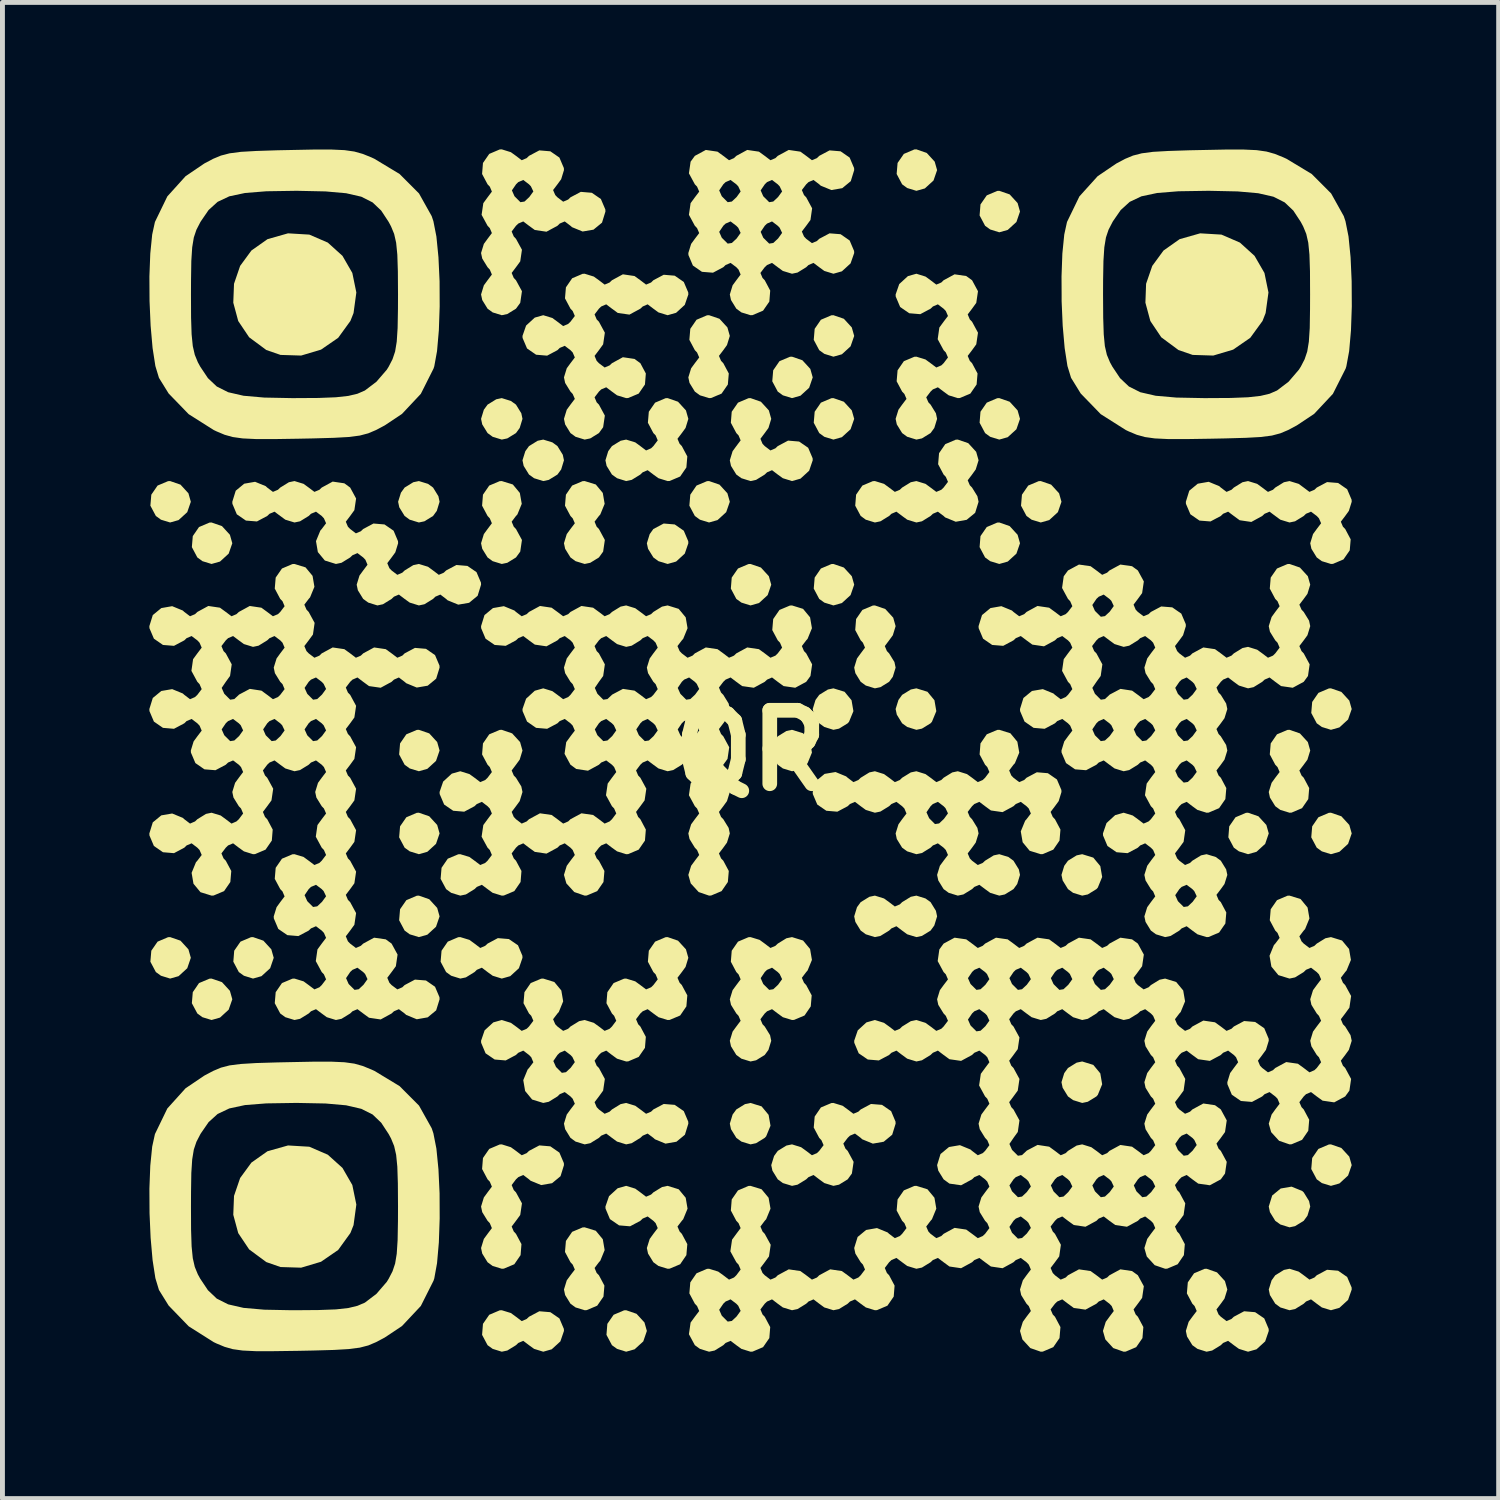
<source format=kicad_pcb>
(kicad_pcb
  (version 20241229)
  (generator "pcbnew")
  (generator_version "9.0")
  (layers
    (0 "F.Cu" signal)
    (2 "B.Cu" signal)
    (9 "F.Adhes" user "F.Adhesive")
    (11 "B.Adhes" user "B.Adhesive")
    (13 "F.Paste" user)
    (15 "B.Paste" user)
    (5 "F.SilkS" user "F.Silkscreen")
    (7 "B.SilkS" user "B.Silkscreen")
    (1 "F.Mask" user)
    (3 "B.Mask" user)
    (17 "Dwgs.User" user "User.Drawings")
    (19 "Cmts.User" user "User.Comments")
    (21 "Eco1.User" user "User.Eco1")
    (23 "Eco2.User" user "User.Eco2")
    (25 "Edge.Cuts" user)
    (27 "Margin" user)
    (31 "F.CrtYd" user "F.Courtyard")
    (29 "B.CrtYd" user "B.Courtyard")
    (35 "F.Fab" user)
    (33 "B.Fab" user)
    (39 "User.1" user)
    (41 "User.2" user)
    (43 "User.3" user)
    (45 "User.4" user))
  (footprint "QR"
    (layer "F.Cu")
    (at 12.277 12.277)
    (property "Reference" "QR" (at 0 0 0) (layer "F.SilkS") (effects (font (size 1.5 1.5) (thickness 0.3))))
    (attr board_only exclude_from_pos_files exclude_from_bom)
    (fp_poly (pts (xy -11.641 -5.43) (xy -11.479 -5.253) (xy -11.43 -5.08) (xy -11.503 -4.868) (xy -11.68 -4.706) (xy -11.853 -4.657) (xy -12.04 -4.714) (xy -12.144 -4.79) (xy -12.256 -5) (xy -12.237 -5.225) (xy -12.109 -5.411) (xy -11.895 -5.501) (xy -11.853 -5.503)) (stroke (width 0) (type solid)) (fill yes) (layer "F.SilkS"))
    (fp_poly (pts (xy -11.641 3.883) (xy -11.479 4.06) (xy -11.43 4.233) (xy -11.503 4.446) (xy -11.68 4.608) (xy -11.853 4.657) (xy -12.04 4.599) (xy -12.144 4.524) (xy -12.256 4.313) (xy -12.237 4.088) (xy -12.109 3.903) (xy -11.895 3.812) (xy -11.853 3.81)) (stroke (width 0) (type solid)) (fill yes) (layer "F.SilkS"))
    (fp_poly (pts (xy -10.794 -4.583) (xy -10.632 -4.406) (xy -10.583 -4.233) (xy -10.657 -4.021) (xy -10.834 -3.859) (xy -11.007 -3.81) (xy -11.193 -3.867) (xy -11.297 -3.943) (xy -11.409 -4.154) (xy -11.39 -4.379) (xy -11.263 -4.564) (xy -11.049 -4.655) (xy -11.007 -4.657)) (stroke (width 0) (type solid)) (fill yes) (layer "F.SilkS"))
    (fp_poly (pts (xy -10.794 4.73) (xy -10.632 4.907) (xy -10.583 5.08) (xy -10.657 5.292) (xy -10.834 5.454) (xy -11.007 5.503) (xy -11.193 5.446) (xy -11.297 5.37) (xy -11.409 5.16) (xy -11.39 4.935) (xy -11.263 4.749) (xy -11.049 4.659) (xy -11.007 4.657)) (stroke (width 0) (type solid)) (fill yes) (layer "F.SilkS"))
    (fp_poly (pts (xy -9.948 3.883) (xy -9.786 4.06) (xy -9.737 4.233) (xy -9.81 4.446) (xy -9.987 4.608) (xy -10.16 4.657) (xy -10.346 4.599) (xy -10.45 4.524) (xy -10.562 4.313) (xy -10.544 4.088) (xy -10.416 3.903) (xy -10.202 3.812) (xy -10.16 3.81)) (stroke (width 0) (type solid)) (fill yes) (layer "F.SilkS"))
    (fp_poly (pts (xy -6.561 -0.35) (xy -6.399 -0.173) (xy -6.35 0) (xy -6.423 0.212) (xy -6.6 0.374) (xy -6.773 0.423) (xy -6.96 0.366) (xy -7.064 0.29) (xy -7.176 0.08) (xy -7.157 -0.145) (xy -7.029 -0.331) (xy -6.815 -0.421) (xy -6.773 -0.423)) (stroke (width 0) (type solid)) (fill yes) (layer "F.SilkS"))
    (fp_poly (pts (xy -6.561 1.343) (xy -6.399 1.52) (xy -6.35 1.693) (xy -6.423 1.906) (xy -6.6 2.068) (xy -6.773 2.117) (xy -6.96 2.059) (xy -7.064 1.984) (xy -7.176 1.773) (xy -7.157 1.548) (xy -7.029 1.363) (xy -6.815 1.272) (xy -6.773 1.27)) (stroke (width 0) (type solid)) (fill yes) (layer "F.SilkS"))
    (fp_poly (pts (xy -6.561 3.037) (xy -6.399 3.214) (xy -6.35 3.387) (xy -6.423 3.599) (xy -6.6 3.761) (xy -6.773 3.81) (xy -6.96 3.753) (xy -7.064 3.677) (xy -7.176 3.466) (xy -7.157 3.241) (xy -7.029 3.056) (xy -6.815 2.965) (xy -6.773 2.963)) (stroke (width 0) (type solid)) (fill yes) (layer "F.SilkS"))
    (fp_poly (pts (xy -2.328 11.503) (xy -2.166 11.68) (xy -2.117 11.853) (xy -2.19 12.066) (xy -2.367 12.228) (xy -2.54 12.277) (xy -2.726 12.219) (xy -2.83 12.144) (xy -2.942 11.933) (xy -2.924 11.708) (xy -2.796 11.523) (xy -2.582 11.432) (xy -2.54 11.43)) (stroke (width 0) (type solid)) (fill yes) (layer "F.SilkS"))
    (fp_poly (pts (xy -0.634 -5.43) (xy -0.472 -5.253) (xy -0.423 -5.08) (xy -0.497 -4.868) (xy -0.674 -4.706) (xy -0.847 -4.657) (xy -1.033 -4.714) (xy -1.137 -4.79) (xy -1.249 -5) (xy -1.23 -5.225) (xy -1.103 -5.411) (xy -0.889 -5.501) (xy -0.847 -5.503)) (stroke (width 0) (type solid)) (fill yes) (layer "F.SilkS"))
    (fp_poly (pts (xy 0.212 -3.737) (xy 0.374 -3.56) (xy 0.423 -3.387) (xy 0.35 -3.174) (xy 0.173 -3.012) (xy 0 -2.963) (xy -0.186 -3.021) (xy -0.29 -3.096) (xy -0.402 -3.307) (xy -0.384 -3.532) (xy -0.256 -3.717) (xy -0.042 -3.808) (xy 0 -3.81)) (stroke (width 0) (type solid)) (fill yes) (layer "F.SilkS"))
    (fp_poly (pts (xy 1.059 -7.97) (xy 1.221 -7.793) (xy 1.27 -7.62) (xy 1.197 -7.408) (xy 1.02 -7.246) (xy 0.847 -7.197) (xy 0.66 -7.254) (xy 0.556 -7.33) (xy 0.444 -7.54) (xy 0.463 -7.765) (xy 0.591 -7.951) (xy 0.805 -8.041) (xy 0.847 -8.043)) (stroke (width 0) (type solid)) (fill yes) (layer "F.SilkS"))
    (fp_poly (pts (xy 1.906 -8.817) (xy 2.068 -8.64) (xy 2.117 -8.467) (xy 2.043 -8.254) (xy 1.866 -8.092) (xy 1.693 -8.043) (xy 1.507 -8.101) (xy 1.403 -8.176) (xy 1.291 -8.387) (xy 1.31 -8.612) (xy 1.437 -8.797) (xy 1.651 -8.888) (xy 1.693 -8.89)) (stroke (width 0) (type solid)) (fill yes) (layer "F.SilkS"))
    (fp_poly (pts (xy 1.906 -7.123) (xy 2.068 -6.946) (xy 2.117 -6.773) (xy 2.043 -6.561) (xy 1.866 -6.399) (xy 1.693 -6.35) (xy 1.507 -6.407) (xy 1.403 -6.483) (xy 1.291 -6.694) (xy 1.31 -6.919) (xy 1.437 -7.104) (xy 1.651 -7.195) (xy 1.693 -7.197)) (stroke (width 0) (type solid)) (fill yes) (layer "F.SilkS"))
    (fp_poly (pts (xy 1.906 -3.737) (xy 2.068 -3.56) (xy 2.117 -3.387) (xy 2.043 -3.174) (xy 1.866 -3.012) (xy 1.693 -2.963) (xy 1.507 -3.021) (xy 1.403 -3.096) (xy 1.291 -3.307) (xy 1.31 -3.532) (xy 1.437 -3.717) (xy 1.651 -3.808) (xy 1.693 -3.81)) (stroke (width 0) (type solid)) (fill yes) (layer "F.SilkS"))
    (fp_poly (pts (xy 3.599 -12.203) (xy 3.761 -12.026) (xy 3.81 -11.853) (xy 3.737 -11.641) (xy 3.56 -11.479) (xy 3.387 -11.43) (xy 3.2 -11.487) (xy 3.096 -11.563) (xy 2.984 -11.774) (xy 3.003 -11.999) (xy 3.131 -12.184) (xy 3.345 -12.275) (xy 3.387 -12.277)) (stroke (width 0) (type solid)) (fill yes) (layer "F.SilkS"))
    (fp_poly (pts (xy 5.292 -11.357) (xy 5.454 -11.18) (xy 5.503 -11.007) (xy 5.43 -10.794) (xy 5.253 -10.632) (xy 5.08 -10.583) (xy 4.894 -10.641) (xy 4.79 -10.716) (xy 4.678 -10.927) (xy 4.696 -11.152) (xy 4.824 -11.337) (xy 5.038 -11.428) (xy 5.08 -11.43)) (stroke (width 0) (type solid)) (fill yes) (layer "F.SilkS"))
    (fp_poly (pts (xy 5.292 -7.123) (xy 5.454 -6.946) (xy 5.503 -6.773) (xy 5.43 -6.561) (xy 5.253 -6.399) (xy 5.08 -6.35) (xy 4.894 -6.407) (xy 4.79 -6.483) (xy 4.678 -6.694) (xy 4.696 -6.919) (xy 4.824 -7.104) (xy 5.038 -7.195) (xy 5.08 -7.197)) (stroke (width 0) (type solid)) (fill yes) (layer "F.SilkS"))
    (fp_poly (pts (xy 5.292 -4.583) (xy 5.454 -4.406) (xy 5.503 -4.233) (xy 5.43 -4.021) (xy 5.253 -3.859) (xy 5.08 -3.81) (xy 4.894 -3.867) (xy 4.79 -3.943) (xy 4.678 -4.154) (xy 4.696 -4.379) (xy 4.824 -4.564) (xy 5.038 -4.655) (xy 5.08 -4.657)) (stroke (width 0) (type solid)) (fill yes) (layer "F.SilkS"))
    (fp_poly (pts (xy 6.139 -5.43) (xy 6.301 -5.253) (xy 6.35 -5.08) (xy 6.277 -4.868) (xy 6.1 -4.706) (xy 5.927 -4.657) (xy 5.74 -4.714) (xy 5.636 -4.79) (xy 5.524 -5) (xy 5.543 -5.225) (xy 5.671 -5.411) (xy 5.885 -5.501) (xy 5.927 -5.503)) (stroke (width 0) (type solid)) (fill yes) (layer "F.SilkS"))
    (fp_poly (pts (xy 10.372 1.343) (xy 10.534 1.52) (xy 10.583 1.693) (xy 10.51 1.906) (xy 10.333 2.068) (xy 10.16 2.117) (xy 9.974 2.059) (xy 9.87 1.984) (xy 9.758 1.773) (xy 9.776 1.548) (xy 9.904 1.363) (xy 10.118 1.272) (xy 10.16 1.27)) (stroke (width 0) (type solid)) (fill yes) (layer "F.SilkS"))
    (fp_poly (pts (xy 12.066 -1.197) (xy 12.228 -1.02) (xy 12.277 -0.847) (xy 12.203 -0.634) (xy 12.026 -0.472) (xy 11.853 -0.423) (xy 11.667 -0.481) (xy 11.563 -0.556) (xy 11.451 -0.767) (xy 11.47 -0.992) (xy 11.597 -1.177) (xy 11.811 -1.268) (xy 11.853 -1.27)) (stroke (width 0) (type solid)) (fill yes) (layer "F.SilkS"))
    (fp_poly (pts (xy 12.066 1.343) (xy 12.228 1.52) (xy 12.277 1.693) (xy 12.203 1.906) (xy 12.026 2.068) (xy 11.853 2.117) (xy 11.667 2.059) (xy 11.563 1.984) (xy 11.451 1.773) (xy 11.47 1.548) (xy 11.597 1.363) (xy 11.811 1.272) (xy 11.853 1.27)) (stroke (width 0) (type solid)) (fill yes) (layer "F.SilkS"))
    (fp_poly (pts (xy 12.066 8.117) (xy 12.228 8.294) (xy 12.277 8.467) (xy 12.203 8.679) (xy 12.026 8.841) (xy 11.853 8.89) (xy 11.667 8.833) (xy 11.563 8.757) (xy 11.451 8.546) (xy 11.47 8.321) (xy 11.597 8.136) (xy 11.811 8.045) (xy 11.853 8.043)) (stroke (width 0) (type solid)) (fill yes) (layer "F.SilkS"))
    (fp_poly (pts (xy -1.548 -4.617) (xy -1.363 -4.489) (xy -1.272 -4.275) (xy -1.27 -4.233) (xy -1.343 -4.021) (xy -1.52 -3.859) (xy -1.693 -3.81) (xy -1.88 -3.867) (xy -1.984 -3.943) (xy -2.093 -4.12) (xy -2.117 -4.233) (xy -2.059 -4.42) (xy -1.984 -4.524) (xy -1.773 -4.636)) (stroke (width 0) (type solid)) (fill yes) (layer "F.SilkS"))
    (fp_poly (pts (xy 0.226 7.267) (xy 0.369 7.44) (xy 0.408 7.662) (xy 0.319 7.879) (xy 0.29 7.91) (xy 0.113 8.019) (xy 0 8.043) (xy -0.186 7.986) (xy -0.29 7.91) (xy -0.399 7.733) (xy -0.423 7.62) (xy -0.366 7.434) (xy -0.29 7.33) (xy -0.113 7.221) (xy 0 7.197)) (stroke (width 0) (type solid)) (fill yes) (layer "F.SilkS"))
    (fp_poly (pts (xy 1.073 -0.353) (xy 1.216 -0.18) (xy 1.254 0.042) (xy 1.165 0.259) (xy 1.137 0.29) (xy 0.96 0.399) (xy 0.847 0.423) (xy 0.66 0.366) (xy 0.556 0.29) (xy 0.447 0.113) (xy 0.423 0) (xy 0.481 -0.186) (xy 0.556 -0.29) (xy 0.733 -0.399) (xy 0.847 -0.423)) (stroke (width 0) (type solid)) (fill yes) (layer "F.SilkS"))
    (fp_poly (pts (xy 1.92 -1.2) (xy 2.063 -1.027) (xy 2.101 -0.804) (xy 2.012 -0.588) (xy 1.984 -0.556) (xy 1.807 -0.447) (xy 1.693 -0.423) (xy 1.507 -0.481) (xy 1.403 -0.556) (xy 1.294 -0.733) (xy 1.27 -0.847) (xy 1.327 -1.033) (xy 1.403 -1.137) (xy 1.58 -1.246) (xy 1.693 -1.27)) (stroke (width 0) (type solid)) (fill yes) (layer "F.SilkS"))
    (fp_poly (pts (xy 3.613 -1.2) (xy 3.756 -1.027) (xy 3.794 -0.804) (xy 3.705 -0.588) (xy 3.677 -0.556) (xy 3.5 -0.447) (xy 3.387 -0.423) (xy 3.2 -0.481) (xy 3.096 -0.556) (xy 2.987 -0.733) (xy 2.963 -0.847) (xy 3.021 -1.033) (xy 3.096 -1.137) (xy 3.273 -1.246) (xy 3.387 -1.27)) (stroke (width 0) (type solid)) (fill yes) (layer "F.SilkS"))
    (fp_poly (pts (xy 7 2.187) (xy 7.143 2.36) (xy 7.181 2.582) (xy 7.092 2.799) (xy 7.064 2.83) (xy 6.887 2.939) (xy 6.773 2.963) (xy 6.587 2.906) (xy 6.483 2.83) (xy 6.374 2.653) (xy 6.35 2.54) (xy 6.407 2.354) (xy 6.483 2.25) (xy 6.66 2.141) (xy 6.773 2.117)) (stroke (width 0) (type solid)) (fill yes) (layer "F.SilkS"))
    (fp_poly (pts (xy 7 6.42) (xy 7.143 6.593) (xy 7.181 6.816) (xy 7.092 7.032) (xy 7.064 7.064) (xy 6.887 7.173) (xy 6.773 7.197) (xy 6.587 7.139) (xy 6.483 7.064) (xy 6.374 6.887) (xy 6.35 6.773) (xy 6.407 6.587) (xy 6.483 6.483) (xy 6.66 6.374) (xy 6.773 6.35)) (stroke (width 0) (type solid)) (fill yes) (layer "F.SilkS"))
    (fp_poly (pts (xy 11.266 8.995) (xy 11.297 9.023) (xy 11.406 9.2) (xy 11.43 9.313) (xy 11.373 9.5) (xy 11.297 9.604) (xy 11.12 9.713) (xy 11.007 9.737) (xy 10.82 9.679) (xy 10.716 9.604) (xy 10.607 9.427) (xy 10.583 9.313) (xy 10.653 9.087) (xy 10.827 8.944) (xy 11.049 8.906)) (stroke (width 0) (type solid)) (fill yes) (layer "F.SilkS"))
    (fp_poly (pts (xy -6.587 -5.446) (xy -6.483 -5.37) (xy -6.374 -5.193) (xy -6.35 -5.08) (xy -6.407 -4.894) (xy -6.483 -4.79) (xy -6.66 -4.681) (xy -6.773 -4.657) (xy -6.96 -4.714) (xy -7.064 -4.79) (xy -7.173 -4.967) (xy -7.197 -5.08) (xy -7.139 -5.266) (xy -7.064 -5.37) (xy -6.887 -5.479) (xy -6.773 -5.503)) (stroke (width 0) (type solid)) (fill yes) (layer "F.SilkS"))
    (fp_poly (pts (xy -4.894 -7.139) (xy -4.79 -7.064) (xy -4.681 -6.887) (xy -4.657 -6.773) (xy -4.714 -6.587) (xy -4.79 -6.483) (xy -4.967 -6.374) (xy -5.08 -6.35) (xy -5.266 -6.407) (xy -5.37 -6.483) (xy -5.479 -6.66) (xy -5.503 -6.773) (xy -5.446 -6.96) (xy -5.37 -7.064) (xy -5.193 -7.173) (xy -5.08 -7.197)) (stroke (width 0) (type solid)) (fill yes) (layer "F.SilkS"))
    (fp_poly (pts (xy -4.047 -6.293) (xy -3.943 -6.217) (xy -3.834 -6.04) (xy -3.81 -5.927) (xy -3.867 -5.74) (xy -3.943 -5.636) (xy -4.12 -5.527) (xy -4.233 -5.503) (xy -4.42 -5.561) (xy -4.524 -5.636) (xy -4.633 -5.813) (xy -4.657 -5.927) (xy -4.599 -6.113) (xy -4.524 -6.217) (xy -4.347 -6.326) (xy -4.233 -6.35)) (stroke (width 0) (type solid)) (fill yes) (layer "F.SilkS"))
    (fp_poly (pts (xy -9.01 -10.536) (xy -8.633 -10.373) (xy -8.333 -10.102) (xy -8.132 -9.753) (xy -8.05 -9.354) (xy -8.107 -8.934) (xy -8.171 -8.773) (xy -8.421 -8.428) (xy -8.771 -8.187) (xy -9.177 -8.066) (xy -9.598 -8.079) (xy -9.888 -8.179) (xy -10.239 -8.439) (xy -10.462 -8.771) (xy -10.563 -9.146) (xy -10.548 -9.532) (xy -10.423 -9.897) (xy -10.193 -10.211) (xy -9.864 -10.443) (xy -9.445 -10.562)) (stroke (width 0) (type solid)) (fill yes) (layer "F.SilkS"))
    (fp_poly (pts (xy -9.01 8.091) (xy -8.633 8.254) (xy -8.333 8.524) (xy -8.132 8.873) (xy -8.05 9.272) (xy -8.107 9.692) (xy -8.171 9.853) (xy -8.421 10.199) (xy -8.771 10.44) (xy -9.177 10.561) (xy -9.598 10.548) (xy -9.888 10.447) (xy -10.239 10.188) (xy -10.462 9.855) (xy -10.563 9.481) (xy -10.548 9.095) (xy -10.423 8.73) (xy -10.193 8.415) (xy -9.864 8.183) (xy -9.445 8.065)) (stroke (width 0) (type solid)) (fill yes) (layer "F.SilkS"))
    (fp_poly (pts (xy 9.617 -10.536) (xy 9.994 -10.373) (xy 10.293 -10.102) (xy 10.495 -9.753) (xy 10.577 -9.354) (xy 10.519 -8.934) (xy 10.456 -8.773) (xy 10.205 -8.428) (xy 9.856 -8.187) (xy 9.45 -8.066) (xy 9.029 -8.079) (xy 8.739 -8.179) (xy 8.388 -8.439) (xy 8.165 -8.771) (xy 8.064 -9.146) (xy 8.078 -9.532) (xy 8.204 -9.897) (xy 8.434 -10.211) (xy 8.763 -10.443) (xy 9.182 -10.562)) (stroke (width 0) (type solid)) (fill yes) (layer "F.SilkS"))
    (fp_poly (pts (xy -5.74 3.867) (xy -5.636 3.943) (xy -5.519 4.032) (xy -5.418 3.988) (xy -5.37 3.943) (xy -5.16 3.831) (xy -4.935 3.85) (xy -4.749 3.977) (xy -4.659 4.191) (xy -4.657 4.233) (xy -4.73 4.446) (xy -4.907 4.608) (xy -5.08 4.657) (xy -5.266 4.599) (xy -5.37 4.524) (xy -5.487 4.435) (xy -5.589 4.478) (xy -5.636 4.524) (xy -5.813 4.633) (xy -5.927 4.657) (xy -6.113 4.599) (xy -6.217 4.524) (xy -6.329 4.313) (xy -6.31 4.088) (xy -6.183 3.903) (xy -5.969 3.812) (xy -5.927 3.81)) (stroke (width 0) (type solid)) (fill yes) (layer "F.SilkS"))
    (fp_poly (pts (xy -4.894 11.487) (xy -4.79 11.563) (xy -4.673 11.652) (xy -4.571 11.608) (xy -4.524 11.563) (xy -4.313 11.451) (xy -4.088 11.47) (xy -3.903 11.597) (xy -3.812 11.811) (xy -3.81 11.853) (xy -3.883 12.066) (xy -4.06 12.228) (xy -4.233 12.277) (xy -4.42 12.219) (xy -4.524 12.144) (xy -4.641 12.055) (xy -4.742 12.098) (xy -4.79 12.144) (xy -4.967 12.253) (xy -5.08 12.277) (xy -5.266 12.219) (xy -5.37 12.144) (xy -5.482 11.933) (xy -5.464 11.708) (xy -5.336 11.523) (xy -5.122 11.432) (xy -5.08 11.43)) (stroke (width 0) (type solid)) (fill yes) (layer "F.SilkS"))
    (fp_poly (pts (xy -4.854 -5.433) (xy -4.711 -5.26) (xy -4.672 -5.038) (xy -4.761 -4.821) (xy -4.79 -4.79) (xy -4.878 -4.673) (xy -4.835 -4.571) (xy -4.79 -4.524) (xy -4.668 -4.3) (xy -4.703 -4.062) (xy -4.79 -3.943) (xy -4.967 -3.834) (xy -5.08 -3.81) (xy -5.266 -3.867) (xy -5.37 -3.943) (xy -5.479 -4.12) (xy -5.503 -4.233) (xy -5.446 -4.42) (xy -5.37 -4.524) (xy -5.282 -4.641) (xy -5.325 -4.742) (xy -5.37 -4.79) (xy -5.482 -5) (xy -5.464 -5.225) (xy -5.336 -5.411) (xy -5.122 -5.501) (xy -5.08 -5.503)) (stroke (width 0) (type solid)) (fill yes) (layer "F.SilkS"))
    (fp_poly (pts (xy -3.16 -5.433) (xy -3.017 -5.26) (xy -2.979 -5.038) (xy -3.068 -4.821) (xy -3.096 -4.79) (xy -3.185 -4.673) (xy -3.142 -4.571) (xy -3.096 -4.524) (xy -2.975 -4.3) (xy -3.01 -4.062) (xy -3.096 -3.943) (xy -3.273 -3.834) (xy -3.387 -3.81) (xy -3.573 -3.867) (xy -3.677 -3.943) (xy -3.786 -4.12) (xy -3.81 -4.233) (xy -3.753 -4.42) (xy -3.677 -4.524) (xy -3.588 -4.641) (xy -3.632 -4.742) (xy -3.677 -4.79) (xy -3.789 -5) (xy -3.77 -5.225) (xy -3.643 -5.411) (xy -3.429 -5.501) (xy -3.387 -5.503)) (stroke (width 0) (type solid)) (fill yes) (layer "F.SilkS"))
    (fp_poly (pts (xy -3.16 9.807) (xy -3.017 9.98) (xy -2.979 10.202) (xy -3.068 10.419) (xy -3.096 10.45) (xy -3.185 10.567) (xy -3.142 10.669) (xy -3.096 10.716) (xy -2.984 10.927) (xy -3.003 11.152) (xy -3.131 11.337) (xy -3.345 11.428) (xy -3.387 11.43) (xy -3.573 11.373) (xy -3.677 11.297) (xy -3.786 11.12) (xy -3.81 11.007) (xy -3.753 10.82) (xy -3.677 10.716) (xy -3.588 10.599) (xy -3.632 10.498) (xy -3.677 10.45) (xy -3.789 10.24) (xy -3.77 10.015) (xy -3.643 9.829) (xy -3.429 9.739) (xy -3.387 9.737)) (stroke (width 0) (type solid)) (fill yes) (layer "F.SilkS"))
    (fp_poly (pts (xy -0.634 -8.817) (xy -0.472 -8.64) (xy -0.423 -8.467) (xy -0.481 -8.28) (xy -0.556 -8.176) (xy -0.645 -8.059) (xy -0.602 -7.958) (xy -0.556 -7.91) (xy -0.444 -7.7) (xy -0.463 -7.475) (xy -0.591 -7.289) (xy -0.805 -7.199) (xy -0.847 -7.197) (xy -1.033 -7.254) (xy -1.137 -7.33) (xy -1.246 -7.507) (xy -1.27 -7.62) (xy -1.213 -7.806) (xy -1.137 -7.91) (xy -1.048 -8.027) (xy -1.092 -8.129) (xy -1.137 -8.176) (xy -1.249 -8.387) (xy -1.23 -8.612) (xy -1.103 -8.797) (xy -0.889 -8.888) (xy -0.847 -8.89)) (stroke (width 0) (type solid)) (fill yes) (layer "F.SilkS"))
    (fp_poly (pts (xy 11.219 -0.35) (xy 11.381 -0.173) (xy 11.43 0) (xy 11.373 0.186) (xy 11.297 0.29) (xy 11.208 0.407) (xy 11.252 0.509) (xy 11.297 0.556) (xy 11.409 0.767) (xy 11.39 0.992) (xy 11.263 1.177) (xy 11.049 1.268) (xy 11.007 1.27) (xy 10.82 1.213) (xy 10.716 1.137) (xy 10.607 0.96) (xy 10.583 0.847) (xy 10.641 0.66) (xy 10.716 0.556) (xy 10.805 0.439) (xy 10.762 0.338) (xy 10.716 0.29) (xy 10.604 0.08) (xy 10.623 -0.145) (xy 10.751 -0.331) (xy 10.965 -0.421) (xy 11.007 -0.423)) (stroke (width 0) (type solid)) (fill yes) (layer "F.SilkS"))
    (fp_poly (pts (xy 2.752 -2.89) (xy 2.914 -2.713) (xy 2.963 -2.54) (xy 2.906 -2.354) (xy 2.83 -2.25) (xy 2.742 -2.133) (xy 2.785 -2.031) (xy 2.83 -1.984) (xy 2.939 -1.807) (xy 2.963 -1.693) (xy 2.906 -1.507) (xy 2.83 -1.403) (xy 2.653 -1.294) (xy 2.54 -1.27) (xy 2.354 -1.327) (xy 2.25 -1.403) (xy 2.141 -1.58) (xy 2.117 -1.693) (xy 2.174 -1.88) (xy 2.25 -1.984) (xy 2.338 -2.101) (xy 2.295 -2.202) (xy 2.25 -2.25) (xy 2.138 -2.46) (xy 2.156 -2.685) (xy 2.284 -2.871) (xy 2.498 -2.961) (xy 2.54 -2.963)) (stroke (width 0) (type solid)) (fill yes) (layer "F.SilkS"))
    (fp_poly (pts (xy 11.193 10.641) (xy 11.297 10.716) (xy 11.414 10.805) (xy 11.516 10.762) (xy 11.563 10.716) (xy 11.774 10.604) (xy 11.999 10.623) (xy 12.184 10.751) (xy 12.275 10.965) (xy 12.277 11.007) (xy 12.203 11.219) (xy 12.026 11.381) (xy 11.853 11.43) (xy 11.667 11.373) (xy 11.563 11.297) (xy 11.446 11.208) (xy 11.344 11.252) (xy 11.297 11.297) (xy 11.12 11.406) (xy 11.007 11.43) (xy 10.82 11.373) (xy 10.716 11.297) (xy 10.607 11.12) (xy 10.583 11.007) (xy 10.641 10.82) (xy 10.716 10.716) (xy 10.893 10.607) (xy 11.007 10.583)) (stroke (width 0) (type solid)) (fill yes) (layer "F.SilkS"))
    (fp_poly (pts (xy 3.573 3.021) (xy 3.677 3.096) (xy 3.786 3.273) (xy 3.81 3.387) (xy 3.753 3.573) (xy 3.677 3.677) (xy 3.5 3.786) (xy 3.387 3.81) (xy 3.2 3.753) (xy 3.096 3.677) (xy 2.979 3.588) (xy 2.878 3.632) (xy 2.83 3.677) (xy 2.653 3.786) (xy 2.54 3.81) (xy 2.354 3.753) (xy 2.25 3.677) (xy 2.141 3.5) (xy 2.117 3.387) (xy 2.174 3.2) (xy 2.25 3.096) (xy 2.427 2.987) (xy 2.54 2.963) (xy 2.726 3.021) (xy 2.83 3.096) (xy 2.947 3.185) (xy 3.049 3.142) (xy 3.096 3.096) (xy 3.273 2.987) (xy 3.387 2.963)) (stroke (width 0) (type solid)) (fill yes) (layer "F.SilkS"))
    (fp_poly (pts (xy -1.467 8.96) (xy -1.324 9.133) (xy -1.286 9.356) (xy -1.375 9.572) (xy -1.403 9.604) (xy -1.492 9.721) (xy -1.448 9.822) (xy -1.403 9.87) (xy -1.291 10.08) (xy -1.31 10.305) (xy -1.437 10.491) (xy -1.651 10.581) (xy -1.693 10.583) (xy -1.88 10.526) (xy -1.984 10.45) (xy -2.093 10.273) (xy -2.117 10.16) (xy -2.059 9.974) (xy -1.984 9.87) (xy -1.895 9.753) (xy -1.938 9.651) (xy -1.984 9.604) (xy -2.101 9.515) (xy -2.202 9.558) (xy -2.25 9.604) (xy -2.46 9.716) (xy -2.685 9.697) (xy -2.871 9.569) (xy -2.961 9.355) (xy -2.963 9.313) (xy -2.89 9.101) (xy -2.713 8.939) (xy -2.54 8.89) (xy -2.354 8.947) (xy -2.25 9.023) (xy -2.133 9.112) (xy -2.031 9.068) (xy -1.984 9.023) (xy -1.807 8.914) (xy -1.693 8.89)) (stroke (width 0) (type solid)) (fill yes) (layer "F.SilkS"))
    (fp_poly (pts (xy 0.212 -7.123) (xy 0.374 -6.946) (xy 0.423 -6.773) (xy 0.366 -6.587) (xy 0.29 -6.483) (xy 0.202 -6.366) (xy 0.245 -6.264) (xy 0.29 -6.217) (xy 0.407 -6.128) (xy 0.509 -6.172) (xy 0.556 -6.217) (xy 0.767 -6.329) (xy 0.992 -6.31) (xy 1.177 -6.183) (xy 1.268 -5.969) (xy 1.27 -5.927) (xy 1.197 -5.714) (xy 1.02 -5.552) (xy 0.847 -5.503) (xy 0.66 -5.561) (xy 0.556 -5.636) (xy 0.439 -5.725) (xy 0.338 -5.682) (xy 0.29 -5.636) (xy 0.113 -5.527) (xy 0 -5.503) (xy -0.186 -5.561) (xy -0.29 -5.636) (xy -0.399 -5.813) (xy -0.423 -5.927) (xy -0.366 -6.113) (xy -0.29 -6.217) (xy -0.202 -6.334) (xy -0.245 -6.436) (xy -0.29 -6.483) (xy -0.402 -6.694) (xy -0.384 -6.919) (xy -0.256 -7.104) (xy -0.042 -7.195) (xy 0 -7.197)) (stroke (width 0) (type solid)) (fill yes) (layer "F.SilkS"))
    (fp_poly (pts (xy 9.526 10.657) (xy 9.688 10.834) (xy 9.737 11.007) (xy 9.679 11.193) (xy 9.604 11.297) (xy 9.515 11.414) (xy 9.558 11.516) (xy 9.604 11.563) (xy 9.721 11.652) (xy 9.822 11.608) (xy 9.87 11.563) (xy 10.08 11.451) (xy 10.305 11.47) (xy 10.491 11.597) (xy 10.581 11.811) (xy 10.583 11.853) (xy 10.51 12.066) (xy 10.333 12.228) (xy 10.16 12.277) (xy 9.974 12.219) (xy 9.87 12.144) (xy 9.753 12.055) (xy 9.651 12.098) (xy 9.604 12.144) (xy 9.427 12.253) (xy 9.313 12.277) (xy 9.127 12.219) (xy 9.023 12.144) (xy 8.914 11.967) (xy 8.89 11.853) (xy 8.947 11.667) (xy 9.023 11.563) (xy 9.112 11.446) (xy 9.068 11.344) (xy 9.023 11.297) (xy 8.911 11.086) (xy 8.93 10.861) (xy 9.057 10.676) (xy 9.271 10.585) (xy 9.313 10.583)) (stroke (width 0) (type solid)) (fill yes) (layer "F.SilkS"))
    (fp_poly (pts (xy -1.481 -7.123) (xy -1.319 -6.946) (xy -1.27 -6.773) (xy -1.327 -6.587) (xy -1.403 -6.483) (xy -1.492 -6.366) (xy -1.448 -6.264) (xy -1.403 -6.217) (xy -1.291 -6.006) (xy -1.31 -5.781) (xy -1.437 -5.596) (xy -1.651 -5.505) (xy -1.693 -5.503) (xy -1.88 -5.561) (xy -1.984 -5.636) (xy -2.101 -5.725) (xy -2.202 -5.682) (xy -2.25 -5.636) (xy -2.427 -5.527) (xy -2.54 -5.503) (xy -2.726 -5.561) (xy -2.83 -5.636) (xy -2.939 -5.813) (xy -2.963 -5.927) (xy -2.906 -6.113) (xy -2.83 -6.217) (xy -2.653 -6.326) (xy -2.54 -6.35) (xy -2.354 -6.293) (xy -2.25 -6.217) (xy -2.133 -6.128) (xy -2.031 -6.172) (xy -1.984 -6.217) (xy -1.895 -6.334) (xy -1.938 -6.436) (xy -1.984 -6.483) (xy -2.096 -6.694) (xy -2.077 -6.919) (xy -1.949 -7.104) (xy -1.735 -7.195) (xy -1.693 -7.197)) (stroke (width 0) (type solid)) (fill yes) (layer "F.SilkS"))
    (fp_poly (pts (xy -4.894 8.101) (xy -4.79 8.176) (xy -4.673 8.265) (xy -4.571 8.222) (xy -4.524 8.176) (xy -4.313 8.064) (xy -4.088 8.083) (xy -3.903 8.211) (xy -3.812 8.425) (xy -3.81 8.467) (xy -3.88 8.693) (xy -4.053 8.836) (xy -4.276 8.874) (xy -4.492 8.785) (xy -4.524 8.757) (xy -4.641 8.668) (xy -4.742 8.712) (xy -4.79 8.757) (xy -4.878 8.874) (xy -4.835 8.976) (xy -4.79 9.023) (xy -4.668 9.247) (xy -4.703 9.485) (xy -4.79 9.604) (xy -4.878 9.721) (xy -4.835 9.822) (xy -4.79 9.87) (xy -4.678 10.08) (xy -4.696 10.305) (xy -4.824 10.491) (xy -5.038 10.581) (xy -5.08 10.583) (xy -5.266 10.526) (xy -5.37 10.45) (xy -5.479 10.273) (xy -5.503 10.16) (xy -5.446 9.974) (xy -5.37 9.87) (xy -5.282 9.753) (xy -5.325 9.651) (xy -5.37 9.604) (xy -5.479 9.427) (xy -5.503 9.313) (xy -5.446 9.127) (xy -5.37 9.023) (xy -5.282 8.906) (xy -5.325 8.804) (xy -5.37 8.757) (xy -5.482 8.546) (xy -5.464 8.321) (xy -5.336 8.136) (xy -5.122 8.045) (xy -5.08 8.043)) (stroke (width 0) (type solid)) (fill yes) (layer "F.SilkS"))
    (fp_poly (pts (xy 1.88 7.254) (xy 1.984 7.33) (xy 2.101 7.418) (xy 2.202 7.375) (xy 2.25 7.33) (xy 2.46 7.218) (xy 2.685 7.236) (xy 2.871 7.364) (xy 2.961 7.578) (xy 2.963 7.62) (xy 2.893 7.846) (xy 2.72 7.989) (xy 2.498 8.028) (xy 2.281 7.939) (xy 2.25 7.91) (xy 2.133 7.822) (xy 2.031 7.865) (xy 1.984 7.91) (xy 1.895 8.027) (xy 1.938 8.129) (xy 1.984 8.176) (xy 2.105 8.4) (xy 2.07 8.638) (xy 1.984 8.757) (xy 1.807 8.866) (xy 1.693 8.89) (xy 1.507 8.833) (xy 1.403 8.757) (xy 1.286 8.668) (xy 1.184 8.712) (xy 1.137 8.757) (xy 0.96 8.866) (xy 0.847 8.89) (xy 0.66 8.833) (xy 0.556 8.757) (xy 0.447 8.58) (xy 0.423 8.467) (xy 0.481 8.28) (xy 0.556 8.176) (xy 0.733 8.067) (xy 0.847 8.043) (xy 1.033 8.101) (xy 1.137 8.176) (xy 1.254 8.265) (xy 1.356 8.222) (xy 1.403 8.176) (xy 1.492 8.059) (xy 1.448 7.958) (xy 1.403 7.91) (xy 1.291 7.7) (xy 1.31 7.475) (xy 1.437 7.289) (xy 1.651 7.199) (xy 1.693 7.197)) (stroke (width 0) (type solid)) (fill yes) (layer "F.SilkS"))
    (fp_poly (pts (xy 4.446 -6.277) (xy 4.608 -6.1) (xy 4.657 -5.927) (xy 4.599 -5.74) (xy 4.524 -5.636) (xy 4.435 -5.519) (xy 4.478 -5.418) (xy 4.524 -5.37) (xy 4.633 -5.193) (xy 4.657 -5.08) (xy 4.587 -4.854) (xy 4.413 -4.711) (xy 4.191 -4.672) (xy 3.974 -4.761) (xy 3.943 -4.79) (xy 3.826 -4.878) (xy 3.724 -4.835) (xy 3.677 -4.79) (xy 3.5 -4.681) (xy 3.387 -4.657) (xy 3.2 -4.714) (xy 3.096 -4.79) (xy 2.979 -4.878) (xy 2.878 -4.835) (xy 2.83 -4.79) (xy 2.653 -4.681) (xy 2.54 -4.657) (xy 2.354 -4.714) (xy 2.25 -4.79) (xy 2.138 -5) (xy 2.156 -5.225) (xy 2.284 -5.411) (xy 2.498 -5.501) (xy 2.54 -5.503) (xy 2.726 -5.446) (xy 2.83 -5.37) (xy 2.947 -5.282) (xy 3.049 -5.325) (xy 3.096 -5.37) (xy 3.273 -5.479) (xy 3.387 -5.503) (xy 3.573 -5.446) (xy 3.677 -5.37) (xy 3.794 -5.282) (xy 3.896 -5.325) (xy 3.943 -5.37) (xy 4.032 -5.487) (xy 3.988 -5.589) (xy 3.943 -5.636) (xy 3.831 -5.847) (xy 3.85 -6.072) (xy 3.977 -6.257) (xy 4.191 -6.348) (xy 4.233 -6.35)) (stroke (width 0) (type solid)) (fill yes) (layer "F.SilkS"))
    (fp_poly (pts (xy 11.193 -5.446) (xy 11.297 -5.37) (xy 11.414 -5.282) (xy 11.516 -5.325) (xy 11.563 -5.37) (xy 11.774 -5.482) (xy 11.999 -5.464) (xy 12.184 -5.336) (xy 12.275 -5.122) (xy 12.277 -5.08) (xy 12.219 -4.894) (xy 12.144 -4.79) (xy 12.055 -4.673) (xy 12.098 -4.571) (xy 12.144 -4.524) (xy 12.256 -4.313) (xy 12.237 -4.088) (xy 12.109 -3.903) (xy 11.895 -3.812) (xy 11.853 -3.81) (xy 11.667 -3.867) (xy 11.563 -3.943) (xy 11.454 -4.12) (xy 11.43 -4.233) (xy 11.487 -4.42) (xy 11.563 -4.524) (xy 11.652 -4.641) (xy 11.608 -4.742) (xy 11.563 -4.79) (xy 11.446 -4.878) (xy 11.344 -4.835) (xy 11.297 -4.79) (xy 11.12 -4.681) (xy 11.007 -4.657) (xy 10.82 -4.714) (xy 10.716 -4.79) (xy 10.599 -4.878) (xy 10.498 -4.835) (xy 10.45 -4.79) (xy 10.227 -4.668) (xy 9.989 -4.703) (xy 9.87 -4.79) (xy 9.753 -4.878) (xy 9.651 -4.835) (xy 9.604 -4.79) (xy 9.393 -4.678) (xy 9.168 -4.696) (xy 8.983 -4.824) (xy 8.892 -5.038) (xy 8.89 -5.08) (xy 8.96 -5.306) (xy 9.133 -5.449) (xy 9.356 -5.488) (xy 9.572 -5.399) (xy 9.604 -5.37) (xy 9.721 -5.282) (xy 9.822 -5.325) (xy 9.87 -5.37) (xy 10.047 -5.479) (xy 10.16 -5.503) (xy 10.346 -5.446) (xy 10.45 -5.37) (xy 10.567 -5.282) (xy 10.669 -5.325) (xy 10.716 -5.37) (xy 10.893 -5.479) (xy 11.007 -5.503)) (stroke (width 0) (type solid)) (fill yes) (layer "F.SilkS"))
    (fp_poly (pts (xy 1.073 3.88) (xy 1.216 4.053) (xy 1.254 4.276) (xy 1.165 4.492) (xy 1.137 4.524) (xy 1.048 4.641) (xy 1.092 4.742) (xy 1.137 4.79) (xy 1.249 5) (xy 1.23 5.225) (xy 1.103 5.411) (xy 0.889 5.501) (xy 0.847 5.503) (xy 0.66 5.446) (xy 0.556 5.37) (xy 0.439 5.282) (xy 0.338 5.325) (xy 0.29 5.37) (xy 0.202 5.487) (xy 0.245 5.589) (xy 0.29 5.636) (xy 0.399 5.813) (xy 0.423 5.927) (xy 0.366 6.113) (xy 0.29 6.217) (xy 0.113 6.326) (xy 0 6.35) (xy -0.186 6.293) (xy -0.29 6.217) (xy -0.399 6.04) (xy -0.423 5.927) (xy -0.366 5.74) (xy -0.29 5.636) (xy -0.202 5.519) (xy -0.245 5.418) (xy -0.29 5.37) (xy -0.399 5.193) (xy -0.423 5.08) (xy -0.366 4.894) (xy -0.29 4.79) (xy -0.202 4.673) (xy -0.212 4.648) (xy 0.207 4.648) (xy 0.259 4.766) (xy 0.271 4.779) (xy 0.381 4.888) (xy 0.464 4.875) (xy 0.562 4.784) (xy 0.645 4.669) (xy 0.595 4.564) (xy 0.556 4.524) (xy 0.439 4.435) (xy 0.337 4.479) (xy 0.292 4.522) (xy 0.207 4.648) (xy -0.212 4.648) (xy -0.245 4.571) (xy -0.29 4.524) (xy -0.402 4.313) (xy -0.384 4.088) (xy -0.256 3.903) (xy -0.042 3.812) (xy 0 3.81) (xy 0.186 3.867) (xy 0.29 3.943) (xy 0.407 4.032) (xy 0.509 3.988) (xy 0.556 3.943) (xy 0.733 3.834) (xy 0.847 3.81)) (stroke (width 0) (type solid)) (fill yes) (layer "F.SilkS"))
    (fp_poly (pts (xy 3.573 -9.679) (xy 3.677 -9.604) (xy 3.794 -9.515) (xy 3.896 -9.558) (xy 3.943 -9.604) (xy 4.167 -9.725) (xy 4.405 -9.69) (xy 4.524 -9.604) (xy 4.645 -9.38) (xy 4.61 -9.142) (xy 4.524 -9.023) (xy 4.435 -8.906) (xy 4.478 -8.804) (xy 4.524 -8.757) (xy 4.645 -8.533) (xy 4.61 -8.295) (xy 4.524 -8.176) (xy 4.435 -8.059) (xy 4.478 -7.958) (xy 4.524 -7.91) (xy 4.636 -7.7) (xy 4.617 -7.475) (xy 4.489 -7.289) (xy 4.275 -7.199) (xy 4.233 -7.197) (xy 4.047 -7.254) (xy 3.943 -7.33) (xy 3.826 -7.418) (xy 3.724 -7.375) (xy 3.677 -7.33) (xy 3.588 -7.213) (xy 3.632 -7.111) (xy 3.677 -7.064) (xy 3.786 -6.887) (xy 3.81 -6.773) (xy 3.753 -6.587) (xy 3.677 -6.483) (xy 3.5 -6.374) (xy 3.387 -6.35) (xy 3.2 -6.407) (xy 3.096 -6.483) (xy 2.987 -6.66) (xy 2.963 -6.773) (xy 3.021 -6.96) (xy 3.096 -7.064) (xy 3.185 -7.181) (xy 3.142 -7.282) (xy 3.096 -7.33) (xy 2.984 -7.54) (xy 3.003 -7.765) (xy 3.131 -7.951) (xy 3.345 -8.041) (xy 3.387 -8.043) (xy 3.573 -7.986) (xy 3.677 -7.91) (xy 3.794 -7.822) (xy 3.896 -7.865) (xy 3.943 -7.91) (xy 4.032 -8.027) (xy 3.988 -8.129) (xy 3.943 -8.176) (xy 3.822 -8.4) (xy 3.856 -8.638) (xy 3.943 -8.757) (xy 4.032 -8.874) (xy 3.988 -8.976) (xy 3.943 -9.023) (xy 3.826 -9.112) (xy 3.724 -9.068) (xy 3.677 -9.023) (xy 3.466 -8.911) (xy 3.241 -8.93) (xy 3.056 -9.057) (xy 2.965 -9.271) (xy 2.963 -9.313) (xy 3.037 -9.526) (xy 3.214 -9.688) (xy 3.387 -9.737)) (stroke (width 0) (type solid)) (fill yes) (layer "F.SilkS"))
    (fp_poly (pts (xy -4.894 -12.219) (xy -4.79 -12.144) (xy -4.673 -12.055) (xy -4.571 -12.098) (xy -4.524 -12.144) (xy -4.313 -12.256) (xy -4.088 -12.237) (xy -3.903 -12.109) (xy -3.812 -11.895) (xy -3.81 -11.853) (xy -3.867 -11.667) (xy -3.943 -11.563) (xy -4.032 -11.446) (xy -3.988 -11.344) (xy -3.943 -11.297) (xy -3.826 -11.208) (xy -3.724 -11.252) (xy -3.677 -11.297) (xy -3.466 -11.409) (xy -3.241 -11.39) (xy -3.056 -11.263) (xy -2.965 -11.049) (xy -2.963 -11.007) (xy -3.033 -10.78) (xy -3.207 -10.637) (xy -3.429 -10.599) (xy -3.646 -10.688) (xy -3.677 -10.716) (xy -3.794 -10.805) (xy -3.896 -10.762) (xy -3.943 -10.716) (xy -4.167 -10.595) (xy -4.405 -10.63) (xy -4.524 -10.716) (xy -4.641 -10.805) (xy -4.742 -10.762) (xy -4.79 -10.716) (xy -4.878 -10.599) (xy -4.835 -10.498) (xy -4.79 -10.45) (xy -4.668 -10.227) (xy -4.703 -9.989) (xy -4.79 -9.87) (xy -4.878 -9.753) (xy -4.835 -9.651) (xy -4.79 -9.604) (xy -4.668 -9.38) (xy -4.703 -9.142) (xy -4.79 -9.023) (xy -4.967 -8.914) (xy -5.08 -8.89) (xy -5.266 -8.947) (xy -5.37 -9.023) (xy -5.479 -9.2) (xy -5.503 -9.313) (xy -5.446 -9.5) (xy -5.37 -9.604) (xy -5.282 -9.721) (xy -5.325 -9.822) (xy -5.37 -9.87) (xy -5.479 -10.047) (xy -5.503 -10.16) (xy -5.446 -10.346) (xy -5.37 -10.45) (xy -5.282 -10.567) (xy -5.325 -10.669) (xy -5.37 -10.716) (xy -5.492 -10.94) (xy -5.457 -11.178) (xy -5.37 -11.297) (xy -5.282 -11.414) (xy -5.292 -11.439) (xy -4.873 -11.439) (xy -4.821 -11.321) (xy -4.809 -11.308) (xy -4.699 -11.198) (xy -4.616 -11.211) (xy -4.518 -11.303) (xy -4.435 -11.417) (xy -4.485 -11.522) (xy -4.524 -11.563) (xy -4.641 -11.652) (xy -4.743 -11.608) (xy -4.788 -11.564) (xy -4.873 -11.439) (xy -5.292 -11.439) (xy -5.325 -11.516) (xy -5.37 -11.563) (xy -5.482 -11.774) (xy -5.464 -11.999) (xy -5.336 -12.184) (xy -5.122 -12.275) (xy -5.08 -12.277)) (stroke (width 0) (type solid)) (fill yes) (layer "F.SilkS"))
    (fp_poly (pts (xy -3.2 -9.679) (xy -3.096 -9.604) (xy -2.979 -9.515) (xy -2.878 -9.558) (xy -2.83 -9.604) (xy -2.607 -9.725) (xy -2.369 -9.69) (xy -2.25 -9.604) (xy -2.133 -9.515) (xy -2.031 -9.558) (xy -1.984 -9.604) (xy -1.773 -9.716) (xy -1.548 -9.697) (xy -1.363 -9.569) (xy -1.272 -9.355) (xy -1.27 -9.313) (xy -1.343 -9.101) (xy -1.52 -8.939) (xy -1.693 -8.89) (xy -1.88 -8.947) (xy -1.984 -9.023) (xy -2.101 -9.112) (xy -2.202 -9.068) (xy -2.25 -9.023) (xy -2.473 -8.902) (xy -2.711 -8.936) (xy -2.83 -9.023) (xy -2.947 -9.112) (xy -3.049 -9.068) (xy -3.096 -9.023) (xy -3.185 -8.906) (xy -3.142 -8.804) (xy -3.096 -8.757) (xy -2.975 -8.533) (xy -3.01 -8.295) (xy -3.096 -8.176) (xy -3.185 -8.059) (xy -3.142 -7.958) (xy -3.096 -7.91) (xy -2.979 -7.822) (xy -2.878 -7.865) (xy -2.83 -7.91) (xy -2.607 -8.032) (xy -2.369 -7.997) (xy -2.25 -7.91) (xy -2.138 -7.7) (xy -2.156 -7.475) (xy -2.284 -7.289) (xy -2.498 -7.199) (xy -2.54 -7.197) (xy -2.726 -7.254) (xy -2.83 -7.33) (xy -2.947 -7.418) (xy -3.049 -7.375) (xy -3.096 -7.33) (xy -3.185 -7.213) (xy -3.142 -7.111) (xy -3.096 -7.064) (xy -2.975 -6.84) (xy -3.01 -6.602) (xy -3.096 -6.483) (xy -3.273 -6.374) (xy -3.387 -6.35) (xy -3.573 -6.407) (xy -3.677 -6.483) (xy -3.786 -6.66) (xy -3.81 -6.773) (xy -3.753 -6.96) (xy -3.677 -7.064) (xy -3.588 -7.181) (xy -3.632 -7.282) (xy -3.677 -7.33) (xy -3.786 -7.507) (xy -3.81 -7.62) (xy -3.753 -7.806) (xy -3.677 -7.91) (xy -3.588 -8.027) (xy -3.632 -8.129) (xy -3.677 -8.176) (xy -3.794 -8.265) (xy -3.896 -8.222) (xy -3.943 -8.176) (xy -4.154 -8.064) (xy -4.379 -8.083) (xy -4.564 -8.211) (xy -4.655 -8.425) (xy -4.657 -8.467) (xy -4.583 -8.679) (xy -4.406 -8.841) (xy -4.233 -8.89) (xy -4.047 -8.833) (xy -3.943 -8.757) (xy -3.826 -8.668) (xy -3.724 -8.712) (xy -3.677 -8.757) (xy -3.588 -8.874) (xy -3.632 -8.976) (xy -3.677 -9.023) (xy -3.789 -9.234) (xy -3.77 -9.459) (xy -3.643 -9.644) (xy -3.429 -9.735) (xy -3.387 -9.737)) (stroke (width 0) (type solid)) (fill yes) (layer "F.SilkS"))
    (fp_poly (pts (xy -9.127 -5.446) (xy -9.023 -5.37) (xy -8.906 -5.282) (xy -8.804 -5.325) (xy -8.757 -5.37) (xy -8.533 -5.492) (xy -8.295 -5.457) (xy -8.176 -5.37) (xy -8.055 -5.147) (xy -8.09 -4.909) (xy -8.176 -4.79) (xy -8.265 -4.673) (xy -8.222 -4.571) (xy -8.176 -4.524) (xy -8.059 -4.435) (xy -7.958 -4.478) (xy -7.91 -4.524) (xy -7.7 -4.636) (xy -7.475 -4.617) (xy -7.289 -4.489) (xy -7.199 -4.275) (xy -7.197 -4.233) (xy -7.254 -4.047) (xy -7.33 -3.943) (xy -7.418 -3.826) (xy -7.375 -3.724) (xy -7.33 -3.677) (xy -7.213 -3.588) (xy -7.111 -3.632) (xy -7.064 -3.677) (xy -6.887 -3.786) (xy -6.773 -3.81) (xy -6.587 -3.753) (xy -6.483 -3.677) (xy -6.366 -3.588) (xy -6.264 -3.632) (xy -6.217 -3.677) (xy -6.006 -3.789) (xy -5.781 -3.77) (xy -5.596 -3.643) (xy -5.505 -3.429) (xy -5.503 -3.387) (xy -5.573 -3.16) (xy -5.747 -3.017) (xy -5.969 -2.979) (xy -6.186 -3.068) (xy -6.217 -3.096) (xy -6.334 -3.185) (xy -6.436 -3.142) (xy -6.483 -3.096) (xy -6.66 -2.987) (xy -6.773 -2.963) (xy -6.96 -3.021) (xy -7.064 -3.096) (xy -7.181 -3.185) (xy -7.282 -3.142) (xy -7.33 -3.096) (xy -7.507 -2.987) (xy -7.62 -2.963) (xy -7.806 -3.021) (xy -7.91 -3.096) (xy -8.019 -3.273) (xy -8.043 -3.387) (xy -7.986 -3.573) (xy -7.91 -3.677) (xy -7.822 -3.794) (xy -7.865 -3.896) (xy -7.91 -3.943) (xy -8.027 -4.032) (xy -8.129 -3.988) (xy -8.176 -3.943) (xy -8.353 -3.834) (xy -8.467 -3.81) (xy -8.693 -3.88) (xy -8.836 -4.053) (xy -8.874 -4.276) (xy -8.785 -4.492) (xy -8.757 -4.524) (xy -8.668 -4.641) (xy -8.712 -4.742) (xy -8.757 -4.79) (xy -8.874 -4.878) (xy -8.976 -4.835) (xy -9.023 -4.79) (xy -9.2 -4.681) (xy -9.313 -4.657) (xy -9.5 -4.714) (xy -9.604 -4.79) (xy -9.721 -4.878) (xy -9.822 -4.835) (xy -9.87 -4.79) (xy -10.08 -4.678) (xy -10.305 -4.696) (xy -10.491 -4.824) (xy -10.581 -5.038) (xy -10.583 -5.08) (xy -10.513 -5.306) (xy -10.34 -5.449) (xy -10.118 -5.488) (xy -9.901 -5.399) (xy -9.87 -5.37) (xy -9.753 -5.282) (xy -9.651 -5.325) (xy -9.604 -5.37) (xy -9.427 -5.479) (xy -9.313 -5.503)) (stroke (width 0) (type solid)) (fill yes) (layer "F.SilkS"))
    (fp_poly (pts (xy -8.291 -12.261) (xy -8.09 -12.232) (xy -7.919 -12.184) (xy -7.743 -12.113) (xy -7.681 -12.084) (xy -7.167 -11.774) (xy -6.77 -11.376) (xy -6.511 -10.913) (xy -6.476 -10.808) (xy -6.415 -10.497) (xy -6.373 -10.073) (xy -6.35 -9.583) (xy -6.348 -9.07) (xy -6.365 -8.58) (xy -6.402 -8.157) (xy -6.458 -7.848) (xy -6.474 -7.799) (xy -6.733 -7.284) (xy -7.118 -6.874) (xy -7.471 -6.639) (xy -7.648 -6.545) (xy -7.806 -6.478) (xy -7.98 -6.432) (xy -8.203 -6.403) (xy -8.509 -6.386) (xy -8.932 -6.374) (xy -9.229 -6.368) (xy -9.734 -6.36) (xy -10.105 -6.361) (xy -10.373 -6.374) (xy -10.573 -6.402) (xy -10.739 -6.448) (xy -10.903 -6.517) (xy -10.964 -6.546) (xy -11.474 -6.869) (xy -11.883 -7.291) (xy -12.081 -7.611) (xy -12.154 -7.852) (xy -12.211 -8.22) (xy -12.251 -8.675) (xy -12.273 -9.176) (xy -12.274 -9.313) (xy -11.427 -9.313) (xy -11.425 -8.84) (xy -11.414 -8.5) (xy -11.39 -8.259) (xy -11.349 -8.081) (xy -11.287 -7.93) (xy -11.238 -7.84) (xy -11.081 -7.605) (xy -10.9 -7.434) (xy -10.667 -7.317) (xy -10.353 -7.245) (xy -9.93 -7.208) (xy -9.37 -7.197) (xy -9.313 -7.197) (xy -8.823 -7.2) (xy -8.468 -7.214) (xy -8.214 -7.242) (xy -8.028 -7.286) (xy -7.876 -7.352) (xy -7.873 -7.354) (xy -7.639 -7.532) (xy -7.428 -7.777) (xy -7.389 -7.84) (xy -7.311 -7.991) (xy -7.258 -8.149) (xy -7.225 -8.35) (xy -7.207 -8.628) (xy -7.2 -9.019) (xy -7.199 -9.313) (xy -7.202 -9.787) (xy -7.213 -10.127) (xy -7.237 -10.37) (xy -7.278 -10.55) (xy -7.341 -10.703) (xy -7.39 -10.795) (xy -7.542 -11.026) (xy -7.719 -11.194) (xy -7.949 -11.31) (xy -8.259 -11.381) (xy -8.679 -11.418) (xy -9.236 -11.43) (xy -9.315 -11.43) (xy -9.888 -11.421) (xy -10.322 -11.386) (xy -10.644 -11.318) (xy -10.883 -11.205) (xy -11.067 -11.038) (xy -11.225 -10.808) (xy -11.238 -10.786) (xy -11.316 -10.635) (xy -11.369 -10.477) (xy -11.402 -10.277) (xy -11.42 -9.999) (xy -11.426 -9.608) (xy -11.427 -9.313) (xy -12.274 -9.313) (xy -12.276 -9.68) (xy -12.258 -10.148) (xy -12.219 -10.538) (xy -12.163 -10.794) (xy -11.91 -11.316) (xy -11.537 -11.729) (xy -11.155 -11.988) (xy -10.976 -12.083) (xy -10.815 -12.15) (xy -10.638 -12.196) (xy -10.409 -12.226) (xy -10.095 -12.244) (xy -9.662 -12.258) (xy -9.422 -12.263) (xy -8.922 -12.273) (xy -8.556 -12.273)) (stroke (width 0) (type solid)) (fill yes) (layer "F.SilkS"))
    (fp_poly (pts (xy -8.291 6.366) (xy -8.09 6.394) (xy -7.919 6.442) (xy -7.743 6.514) (xy -7.681 6.542) (xy -7.167 6.853) (xy -6.77 7.251) (xy -6.511 7.714) (xy -6.476 7.819) (xy -6.415 8.13) (xy -6.373 8.553) (xy -6.35 9.044) (xy -6.348 9.557) (xy -6.365 10.047) (xy -6.402 10.469) (xy -6.458 10.779) (xy -6.474 10.828) (xy -6.733 11.343) (xy -7.118 11.753) (xy -7.471 11.988) (xy -7.648 12.082) (xy -7.806 12.149) (xy -7.98 12.194) (xy -8.203 12.223) (xy -8.509 12.241) (xy -8.932 12.253) (xy -9.229 12.259) (xy -9.734 12.266) (xy -10.105 12.266) (xy -10.373 12.253) (xy -10.573 12.225) (xy -10.739 12.178) (xy -10.903 12.11) (xy -10.964 12.081) (xy -11.474 11.758) (xy -11.883 11.335) (xy -12.081 11.016) (xy -12.154 10.775) (xy -12.211 10.406) (xy -12.251 9.951) (xy -12.273 9.451) (xy -12.274 9.313) (xy -11.427 9.313) (xy -11.425 9.787) (xy -11.414 10.127) (xy -11.39 10.368) (xy -11.349 10.546) (xy -11.287 10.697) (xy -11.238 10.786) (xy -11.081 11.021) (xy -10.9 11.193) (xy -10.667 11.31) (xy -10.353 11.382) (xy -9.93 11.419) (xy -9.37 11.43) (xy -9.313 11.43) (xy -8.823 11.426) (xy -8.468 11.413) (xy -8.214 11.385) (xy -8.028 11.34) (xy -7.876 11.275) (xy -7.873 11.273) (xy -7.639 11.095) (xy -7.428 10.85) (xy -7.389 10.786) (xy -7.311 10.635) (xy -7.258 10.477) (xy -7.225 10.277) (xy -7.207 9.999) (xy -7.2 9.608) (xy -7.199 9.313) (xy -7.202 8.84) (xy -7.213 8.499) (xy -7.237 8.257) (xy -7.278 8.077) (xy -7.341 7.923) (xy -7.39 7.832) (xy -7.542 7.601) (xy -7.719 7.432) (xy -7.949 7.317) (xy -8.259 7.245) (xy -8.679 7.208) (xy -9.236 7.197) (xy -9.315 7.197) (xy -9.888 7.206) (xy -10.322 7.24) (xy -10.644 7.309) (xy -10.883 7.422) (xy -11.067 7.589) (xy -11.225 7.818) (xy -11.238 7.84) (xy -11.316 7.991) (xy -11.369 8.149) (xy -11.402 8.35) (xy -11.42 8.628) (xy -11.426 9.019) (xy -11.427 9.313) (xy -12.274 9.313) (xy -12.276 8.947) (xy -12.258 8.479) (xy -12.219 8.089) (xy -12.163 7.833) (xy -11.91 7.31) (xy -11.537 6.897) (xy -11.155 6.639) (xy -10.976 6.544) (xy -10.815 6.476) (xy -10.638 6.43) (xy -10.409 6.401) (xy -10.095 6.382) (xy -9.662 6.369) (xy -9.422 6.364) (xy -8.922 6.354) (xy -8.556 6.354)) (stroke (width 0) (type solid)) (fill yes) (layer "F.SilkS"))
    (fp_poly (pts (xy 10.336 -12.261) (xy 10.537 -12.232) (xy 10.708 -12.184) (xy 10.883 -12.113) (xy 10.946 -12.084) (xy 11.46 -11.774) (xy 11.857 -11.376) (xy 12.115 -10.913) (xy 12.15 -10.808) (xy 12.212 -10.497) (xy 12.254 -10.073) (xy 12.276 -9.583) (xy 12.279 -9.07) (xy 12.262 -8.58) (xy 12.225 -8.157) (xy 12.168 -7.848) (xy 12.153 -7.799) (xy 11.893 -7.284) (xy 11.509 -6.874) (xy 11.155 -6.639) (xy 10.979 -6.545) (xy 10.82 -6.478) (xy 10.647 -6.432) (xy 10.424 -6.403) (xy 10.117 -6.386) (xy 9.695 -6.374) (xy 9.398 -6.368) (xy 8.892 -6.36) (xy 8.522 -6.361) (xy 8.254 -6.374) (xy 8.054 -6.402) (xy 7.888 -6.448) (xy 7.723 -6.517) (xy 7.662 -6.546) (xy 7.152 -6.869) (xy 6.743 -7.291) (xy 6.546 -7.611) (xy 6.472 -7.852) (xy 6.415 -8.22) (xy 6.375 -8.675) (xy 6.353 -9.176) (xy 6.353 -9.313) (xy 7.199 -9.313) (xy 7.202 -8.84) (xy 7.213 -8.5) (xy 7.236 -8.259) (xy 7.277 -8.081) (xy 7.34 -7.93) (xy 7.389 -7.84) (xy 7.546 -7.605) (xy 7.727 -7.434) (xy 7.96 -7.317) (xy 8.274 -7.245) (xy 8.697 -7.208) (xy 9.257 -7.197) (xy 9.313 -7.197) (xy 9.804 -7.2) (xy 10.159 -7.214) (xy 10.413 -7.242) (xy 10.599 -7.286) (xy 10.751 -7.352) (xy 10.754 -7.354) (xy 10.988 -7.532) (xy 11.198 -7.777) (xy 11.238 -7.84) (xy 11.316 -7.991) (xy 11.369 -8.149) (xy 11.402 -8.35) (xy 11.42 -8.628) (xy 11.426 -9.019) (xy 11.427 -9.313) (xy 11.425 -9.787) (xy 11.414 -10.127) (xy 11.39 -10.37) (xy 11.349 -10.55) (xy 11.286 -10.703) (xy 11.237 -10.795) (xy 11.085 -11.026) (xy 10.908 -11.194) (xy 10.678 -11.31) (xy 10.367 -11.381) (xy 9.947 -11.418) (xy 9.39 -11.43) (xy 9.312 -11.43) (xy 8.738 -11.421) (xy 8.305 -11.386) (xy 7.983 -11.318) (xy 7.744 -11.205) (xy 7.56 -11.038) (xy 7.401 -10.808) (xy 7.389 -10.786) (xy 7.311 -10.635) (xy 7.258 -10.477) (xy 7.225 -10.277) (xy 7.207 -9.999) (xy 7.2 -9.608) (xy 7.199 -9.313) (xy 6.353 -9.313) (xy 6.351 -9.68) (xy 6.368 -10.148) (xy 6.407 -10.538) (xy 6.463 -10.794) (xy 6.716 -11.316) (xy 7.089 -11.729) (xy 7.471 -11.988) (xy 7.65 -12.083) (xy 7.811 -12.15) (xy 7.989 -12.196) (xy 8.217 -12.226) (xy 8.531 -12.244) (xy 8.965 -12.258) (xy 9.205 -12.263) (xy 9.705 -12.273) (xy 10.07 -12.273)) (stroke (width 0) (type solid)) (fill yes) (layer "F.SilkS"))
    (fp_poly (pts (xy 1.018 -12.23) (xy 1.137 -12.144) (xy 1.254 -12.055) (xy 1.356 -12.098) (xy 1.403 -12.144) (xy 1.614 -12.256) (xy 1.839 -12.237) (xy 2.024 -12.109) (xy 2.115 -11.895) (xy 2.117 -11.853) (xy 2.047 -11.627) (xy 1.873 -11.484) (xy 1.651 -11.446) (xy 1.434 -11.535) (xy 1.403 -11.563) (xy 1.286 -11.652) (xy 1.184 -11.608) (xy 1.137 -11.563) (xy 1.048 -11.446) (xy 1.092 -11.344) (xy 1.137 -11.297) (xy 1.258 -11.073) (xy 1.224 -10.835) (xy 1.137 -10.716) (xy 1.048 -10.599) (xy 1.092 -10.498) (xy 1.137 -10.45) (xy 1.254 -10.362) (xy 1.356 -10.405) (xy 1.403 -10.45) (xy 1.614 -10.562) (xy 1.839 -10.544) (xy 2.024 -10.416) (xy 2.115 -10.202) (xy 2.117 -10.16) (xy 2.043 -9.948) (xy 1.866 -9.786) (xy 1.693 -9.737) (xy 1.507 -9.794) (xy 1.403 -9.87) (xy 1.286 -9.958) (xy 1.184 -9.915) (xy 1.137 -9.87) (xy 0.96 -9.761) (xy 0.847 -9.737) (xy 0.66 -9.794) (xy 0.556 -9.87) (xy 0.439 -9.958) (xy 0.338 -9.915) (xy 0.29 -9.87) (xy 0.202 -9.753) (xy 0.245 -9.651) (xy 0.29 -9.604) (xy 0.402 -9.393) (xy 0.384 -9.168) (xy 0.256 -8.983) (xy 0.042 -8.892) (xy 0 -8.89) (xy -0.186 -8.947) (xy -0.29 -9.023) (xy -0.399 -9.2) (xy -0.423 -9.313) (xy -0.366 -9.5) (xy -0.29 -9.604) (xy -0.202 -9.721) (xy -0.245 -9.822) (xy -0.29 -9.87) (xy -0.407 -9.958) (xy -0.509 -9.915) (xy -0.556 -9.87) (xy -0.767 -9.758) (xy -0.992 -9.776) (xy -1.177 -9.904) (xy -1.268 -10.118) (xy -1.27 -10.16) (xy -1.213 -10.346) (xy -1.137 -10.45) (xy -1.048 -10.567) (xy -1.059 -10.592) (xy -0.64 -10.592) (xy -0.588 -10.474) (xy -0.576 -10.461) (xy -0.466 -10.352) (xy -0.382 -10.365) (xy -0.284 -10.456) (xy -0.202 -10.571) (xy -0.212 -10.592) (xy 0.207 -10.592) (xy 0.259 -10.474) (xy 0.271 -10.461) (xy 0.381 -10.352) (xy 0.464 -10.365) (xy 0.562 -10.456) (xy 0.645 -10.571) (xy 0.595 -10.676) (xy 0.556 -10.716) (xy 0.439 -10.805) (xy 0.337 -10.761) (xy 0.292 -10.718) (xy 0.207 -10.592) (xy -0.212 -10.592) (xy -0.251 -10.676) (xy -0.29 -10.716) (xy -0.408 -10.805) (xy -0.509 -10.761) (xy -0.555 -10.718) (xy -0.64 -10.592) (xy -1.059 -10.592) (xy -1.092 -10.669) (xy -1.137 -10.716) (xy -1.258 -10.94) (xy -1.224 -11.178) (xy -1.137 -11.297) (xy -1.048 -11.414) (xy -1.059 -11.439) (xy -0.64 -11.439) (xy -0.588 -11.321) (xy -0.576 -11.308) (xy -0.466 -11.198) (xy -0.382 -11.211) (xy -0.284 -11.303) (xy -0.202 -11.417) (xy -0.212 -11.439) (xy 0.207 -11.439) (xy 0.259 -11.321) (xy 0.271 -11.308) (xy 0.381 -11.198) (xy 0.464 -11.211) (xy 0.562 -11.303) (xy 0.645 -11.417) (xy 0.595 -11.522) (xy 0.556 -11.563) (xy 0.439 -11.652) (xy 0.337 -11.608) (xy 0.292 -11.564) (xy 0.207 -11.439) (xy -0.212 -11.439) (xy -0.251 -11.522) (xy -0.29 -11.563) (xy -0.408 -11.652) (xy -0.509 -11.608) (xy -0.555 -11.564) (xy -0.64 -11.439) (xy -1.059 -11.439) (xy -1.092 -11.516) (xy -1.137 -11.563) (xy -1.258 -11.787) (xy -1.224 -12.025) (xy -1.137 -12.144) (xy -0.913 -12.265) (xy -0.675 -12.23) (xy -0.556 -12.144) (xy -0.439 -12.055) (xy -0.338 -12.098) (xy -0.29 -12.144) (xy -0.067 -12.265) (xy 0.171 -12.23) (xy 0.29 -12.144) (xy 0.407 -12.055) (xy 0.509 -12.098) (xy 0.556 -12.144) (xy 0.78 -12.265)) (stroke (width 0) (type solid)) (fill yes) (layer "F.SilkS"))
    (fp_poly (pts (xy 5.306 -0.353) (xy 5.449 -0.18) (xy 5.488 0.042) (xy 5.399 0.259) (xy 5.37 0.29) (xy 5.282 0.407) (xy 5.325 0.509) (xy 5.37 0.556) (xy 5.487 0.645) (xy 5.589 0.602) (xy 5.636 0.556) (xy 5.847 0.444) (xy 6.072 0.463) (xy 6.257 0.591) (xy 6.348 0.805) (xy 6.35 0.847) (xy 6.293 1.033) (xy 6.217 1.137) (xy 6.128 1.254) (xy 6.172 1.356) (xy 6.217 1.403) (xy 6.329 1.614) (xy 6.31 1.839) (xy 6.183 2.024) (xy 5.969 2.115) (xy 5.927 2.117) (xy 5.7 2.047) (xy 5.557 1.873) (xy 5.519 1.651) (xy 5.608 1.434) (xy 5.636 1.403) (xy 5.725 1.286) (xy 5.682 1.184) (xy 5.636 1.137) (xy 5.519 1.048) (xy 5.418 1.092) (xy 5.37 1.137) (xy 5.147 1.258) (xy 4.909 1.224) (xy 4.79 1.137) (xy 4.673 1.048) (xy 4.571 1.092) (xy 4.524 1.137) (xy 4.435 1.254) (xy 4.478 1.356) (xy 4.524 1.403) (xy 4.633 1.58) (xy 4.657 1.693) (xy 4.599 1.88) (xy 4.524 1.984) (xy 4.435 2.101) (xy 4.478 2.202) (xy 4.524 2.25) (xy 4.641 2.338) (xy 4.742 2.295) (xy 4.79 2.25) (xy 4.967 2.141) (xy 5.08 2.117) (xy 5.266 2.174) (xy 5.37 2.25) (xy 5.479 2.427) (xy 5.503 2.54) (xy 5.446 2.726) (xy 5.37 2.83) (xy 5.193 2.939) (xy 5.08 2.963) (xy 4.894 2.906) (xy 4.79 2.83) (xy 4.673 2.742) (xy 4.571 2.785) (xy 4.524 2.83) (xy 4.347 2.939) (xy 4.233 2.963) (xy 4.047 2.906) (xy 3.943 2.83) (xy 3.834 2.653) (xy 3.81 2.54) (xy 3.867 2.354) (xy 3.943 2.25) (xy 4.032 2.133) (xy 3.988 2.031) (xy 3.943 1.984) (xy 3.826 1.895) (xy 3.724 1.938) (xy 3.677 1.984) (xy 3.5 2.093) (xy 3.387 2.117) (xy 3.2 2.059) (xy 3.096 1.984) (xy 2.987 1.807) (xy 2.963 1.693) (xy 3.021 1.507) (xy 3.096 1.403) (xy 3.185 1.286) (xy 3.174 1.261) (xy 3.593 1.261) (xy 3.646 1.379) (xy 3.657 1.392) (xy 3.767 1.502) (xy 3.851 1.489) (xy 3.949 1.397) (xy 4.032 1.283) (xy 3.982 1.178) (xy 3.943 1.137) (xy 3.826 1.048) (xy 3.724 1.092) (xy 3.678 1.136) (xy 3.593 1.261) (xy 3.174 1.261) (xy 3.142 1.184) (xy 3.096 1.137) (xy 2.979 1.048) (xy 2.878 1.092) (xy 2.83 1.137) (xy 2.653 1.246) (xy 2.54 1.27) (xy 2.354 1.213) (xy 2.25 1.137) (xy 2.133 1.048) (xy 2.031 1.092) (xy 1.984 1.137) (xy 1.773 1.249) (xy 1.548 1.23) (xy 1.363 1.103) (xy 1.272 0.889) (xy 1.27 0.847) (xy 1.34 0.62) (xy 1.513 0.477) (xy 1.736 0.439) (xy 1.952 0.528) (xy 1.984 0.556) (xy 2.101 0.645) (xy 2.202 0.602) (xy 2.25 0.556) (xy 2.427 0.447) (xy 2.54 0.423) (xy 2.726 0.481) (xy 2.83 0.556) (xy 2.947 0.645) (xy 3.049 0.602) (xy 3.096 0.556) (xy 3.273 0.447) (xy 3.387 0.423) (xy 3.573 0.481) (xy 3.677 0.556) (xy 3.794 0.645) (xy 3.896 0.602) (xy 3.943 0.556) (xy 4.12 0.447) (xy 4.233 0.423) (xy 4.42 0.481) (xy 4.524 0.556) (xy 4.641 0.645) (xy 4.742 0.602) (xy 4.79 0.556) (xy 4.878 0.439) (xy 4.835 0.338) (xy 4.79 0.29) (xy 4.678 0.08) (xy 4.696 -0.145) (xy 4.824 -0.331) (xy 5.038 -0.421) (xy 5.08 -0.423)) (stroke (width 0) (type solid)) (fill yes) (layer "F.SilkS"))
    (fp_poly (pts (xy -1.481 3.883) (xy -1.319 4.06) (xy -1.27 4.233) (xy -1.327 4.42) (xy -1.403 4.524) (xy -1.492 4.641) (xy -1.448 4.742) (xy -1.403 4.79) (xy -1.291 5) (xy -1.31 5.225) (xy -1.437 5.411) (xy -1.651 5.501) (xy -1.693 5.503) (xy -1.88 5.446) (xy -1.984 5.37) (xy -2.101 5.282) (xy -2.202 5.325) (xy -2.25 5.37) (xy -2.338 5.487) (xy -2.295 5.589) (xy -2.25 5.636) (xy -2.138 5.847) (xy -2.156 6.072) (xy -2.284 6.257) (xy -2.498 6.348) (xy -2.54 6.35) (xy -2.726 6.293) (xy -2.83 6.217) (xy -2.947 6.128) (xy -3.049 6.172) (xy -3.096 6.217) (xy -3.185 6.334) (xy -3.142 6.436) (xy -3.096 6.483) (xy -2.975 6.707) (xy -3.01 6.945) (xy -3.096 7.064) (xy -3.185 7.181) (xy -3.142 7.282) (xy -3.096 7.33) (xy -2.979 7.418) (xy -2.878 7.375) (xy -2.83 7.33) (xy -2.653 7.221) (xy -2.54 7.197) (xy -2.354 7.254) (xy -2.25 7.33) (xy -2.133 7.418) (xy -2.031 7.375) (xy -1.984 7.33) (xy -1.773 7.218) (xy -1.548 7.236) (xy -1.363 7.364) (xy -1.272 7.578) (xy -1.27 7.62) (xy -1.34 7.846) (xy -1.513 7.989) (xy -1.736 8.028) (xy -1.952 7.939) (xy -1.984 7.91) (xy -2.101 7.822) (xy -2.202 7.865) (xy -2.25 7.91) (xy -2.427 8.019) (xy -2.54 8.043) (xy -2.726 7.986) (xy -2.83 7.91) (xy -2.947 7.822) (xy -3.049 7.865) (xy -3.096 7.91) (xy -3.273 8.019) (xy -3.387 8.043) (xy -3.573 7.986) (xy -3.677 7.91) (xy -3.786 7.733) (xy -3.81 7.62) (xy -3.753 7.434) (xy -3.677 7.33) (xy -3.588 7.213) (xy -3.632 7.111) (xy -3.677 7.064) (xy -3.794 6.975) (xy -3.896 7.018) (xy -3.943 7.064) (xy -4.12 7.173) (xy -4.233 7.197) (xy -4.46 7.127) (xy -4.603 6.953) (xy -4.641 6.731) (xy -4.552 6.514) (xy -4.524 6.483) (xy -4.435 6.366) (xy -4.446 6.341) (xy -4.027 6.341) (xy -3.974 6.459) (xy -3.963 6.472) (xy -3.853 6.582) (xy -3.769 6.569) (xy -3.671 6.477) (xy -3.588 6.363) (xy -3.638 6.258) (xy -3.677 6.217) (xy -3.794 6.128) (xy -3.896 6.172) (xy -3.942 6.216) (xy -4.027 6.341) (xy -4.446 6.341) (xy -4.478 6.264) (xy -4.524 6.217) (xy -4.641 6.128) (xy -4.742 6.172) (xy -4.79 6.217) (xy -5 6.329) (xy -5.225 6.31) (xy -5.411 6.183) (xy -5.501 5.969) (xy -5.503 5.927) (xy -5.43 5.714) (xy -5.253 5.552) (xy -5.08 5.503) (xy -4.894 5.561) (xy -4.79 5.636) (xy -4.673 5.725) (xy -4.571 5.682) (xy -4.524 5.636) (xy -4.435 5.519) (xy -4.478 5.418) (xy -4.524 5.37) (xy -4.636 5.16) (xy -4.617 4.935) (xy -4.489 4.749) (xy -4.275 4.659) (xy -4.233 4.657) (xy -4.007 4.727) (xy -3.864 4.9) (xy -3.826 5.122) (xy -3.915 5.339) (xy -3.943 5.37) (xy -4.032 5.487) (xy -3.988 5.589) (xy -3.943 5.636) (xy -3.826 5.725) (xy -3.724 5.682) (xy -3.677 5.636) (xy -3.5 5.527) (xy -3.387 5.503) (xy -3.2 5.561) (xy -3.096 5.636) (xy -2.979 5.725) (xy -2.878 5.682) (xy -2.83 5.636) (xy -2.742 5.519) (xy -2.785 5.418) (xy -2.83 5.37) (xy -2.942 5.16) (xy -2.924 4.935) (xy -2.796 4.749) (xy -2.582 4.659) (xy -2.54 4.657) (xy -2.354 4.714) (xy -2.25 4.79) (xy -2.133 4.878) (xy -2.031 4.835) (xy -1.984 4.79) (xy -1.895 4.673) (xy -1.938 4.571) (xy -1.984 4.524) (xy -2.096 4.313) (xy -2.077 4.088) (xy -1.949 3.903) (xy -1.735 3.812) (xy -1.693 3.81)) (stroke (width 0) (type solid)) (fill yes) (layer "F.SilkS"))
    (fp_poly (pts (xy 11.219 -3.737) (xy 11.381 -3.56) (xy 11.43 -3.387) (xy 11.373 -3.2) (xy 11.297 -3.096) (xy 11.208 -2.979) (xy 11.252 -2.878) (xy 11.297 -2.83) (xy 11.406 -2.653) (xy 11.43 -2.54) (xy 11.373 -2.354) (xy 11.297 -2.25) (xy 11.208 -2.133) (xy 11.252 -2.031) (xy 11.297 -1.984) (xy 11.418 -1.76) (xy 11.384 -1.522) (xy 11.297 -1.403) (xy 11.073 -1.282) (xy 10.835 -1.316) (xy 10.716 -1.403) (xy 10.599 -1.492) (xy 10.498 -1.448) (xy 10.45 -1.403) (xy 10.273 -1.294) (xy 10.16 -1.27) (xy 9.974 -1.327) (xy 9.87 -1.403) (xy 9.753 -1.492) (xy 9.651 -1.448) (xy 9.604 -1.403) (xy 9.515 -1.286) (xy 9.558 -1.184) (xy 9.604 -1.137) (xy 9.713 -0.96) (xy 9.737 -0.847) (xy 9.679 -0.66) (xy 9.604 -0.556) (xy 9.515 -0.439) (xy 9.558 -0.338) (xy 9.604 -0.29) (xy 9.713 -0.113) (xy 9.737 0) (xy 9.679 0.186) (xy 9.604 0.29) (xy 9.515 0.407) (xy 9.558 0.509) (xy 9.604 0.556) (xy 9.716 0.767) (xy 9.697 0.992) (xy 9.569 1.177) (xy 9.355 1.268) (xy 9.313 1.27) (xy 9.127 1.213) (xy 9.023 1.137) (xy 8.906 1.048) (xy 8.804 1.092) (xy 8.757 1.137) (xy 8.668 1.254) (xy 8.712 1.356) (xy 8.757 1.403) (xy 8.878 1.627) (xy 8.844 1.865) (xy 8.757 1.984) (xy 8.668 2.101) (xy 8.712 2.202) (xy 8.757 2.25) (xy 8.874 2.338) (xy 8.976 2.295) (xy 9.023 2.25) (xy 9.2 2.141) (xy 9.313 2.117) (xy 9.5 2.174) (xy 9.604 2.25) (xy 9.713 2.427) (xy 9.737 2.54) (xy 9.679 2.726) (xy 9.604 2.83) (xy 9.515 2.947) (xy 9.558 3.049) (xy 9.604 3.096) (xy 9.716 3.307) (xy 9.697 3.532) (xy 9.569 3.717) (xy 9.355 3.808) (xy 9.313 3.81) (xy 9.127 3.753) (xy 9.023 3.677) (xy 8.906 3.588) (xy 8.804 3.632) (xy 8.757 3.677) (xy 8.58 3.786) (xy 8.467 3.81) (xy 8.28 3.753) (xy 8.176 3.677) (xy 8.067 3.5) (xy 8.043 3.387) (xy 8.101 3.2) (xy 8.176 3.096) (xy 8.265 2.979) (xy 8.254 2.954) (xy 8.673 2.954) (xy 8.726 3.072) (xy 8.737 3.086) (xy 8.847 3.195) (xy 8.931 3.182) (xy 9.029 3.09) (xy 9.112 2.976) (xy 9.062 2.871) (xy 9.023 2.83) (xy 8.906 2.742) (xy 8.804 2.785) (xy 8.758 2.829) (xy 8.673 2.954) (xy 8.254 2.954) (xy 8.222 2.878) (xy 8.176 2.83) (xy 8.067 2.653) (xy 8.043 2.54) (xy 8.101 2.354) (xy 8.176 2.25) (xy 8.265 2.133) (xy 8.222 2.031) (xy 8.176 1.984) (xy 8.059 1.895) (xy 7.958 1.938) (xy 7.91 1.984) (xy 7.7 2.096) (xy 7.475 2.077) (xy 7.289 1.949) (xy 7.199 1.735) (xy 7.197 1.693) (xy 7.27 1.481) (xy 7.447 1.319) (xy 7.62 1.27) (xy 7.806 1.327) (xy 7.91 1.403) (xy 8.027 1.492) (xy 8.129 1.448) (xy 8.176 1.403) (xy 8.265 1.286) (xy 8.222 1.184) (xy 8.176 1.137) (xy 8.055 0.913) (xy 8.09 0.675) (xy 8.176 0.556) (xy 8.265 0.439) (xy 8.254 0.414) (xy 8.673 0.414) (xy 8.726 0.532) (xy 8.737 0.546) (xy 8.847 0.655) (xy 8.931 0.642) (xy 9.029 0.55) (xy 9.112 0.436) (xy 9.062 0.331) (xy 9.023 0.29) (xy 8.906 0.202) (xy 8.804 0.245) (xy 8.758 0.289) (xy 8.673 0.414) (xy 8.254 0.414) (xy 8.222 0.338) (xy 8.176 0.29) (xy 8.059 0.202) (xy 7.958 0.245) (xy 7.91 0.29) (xy 7.733 0.399) (xy 7.62 0.423) (xy 7.434 0.366) (xy 7.33 0.29) (xy 7.213 0.202) (xy 7.111 0.245) (xy 7.064 0.29) (xy 6.853 0.402) (xy 6.628 0.384) (xy 6.443 0.256) (xy 6.352 0.042) (xy 6.35 0) (xy 6.407 -0.186) (xy 6.483 -0.29) (xy 6.572 -0.407) (xy 6.561 -0.432) (xy 6.98 -0.432) (xy 7.032 -0.314) (xy 7.044 -0.301) (xy 7.154 -0.192) (xy 7.238 -0.205) (xy 7.336 -0.296) (xy 7.418 -0.411) (xy 7.408 -0.432) (xy 7.827 -0.432) (xy 7.879 -0.314) (xy 7.891 -0.301) (xy 8.001 -0.192) (xy 8.084 -0.205) (xy 8.182 -0.296) (xy 8.265 -0.411) (xy 8.255 -0.432) (xy 8.673 -0.432) (xy 8.726 -0.314) (xy 8.737 -0.301) (xy 8.847 -0.192) (xy 8.931 -0.205) (xy 9.029 -0.296) (xy 9.112 -0.411) (xy 9.062 -0.516) (xy 9.023 -0.556) (xy 8.906 -0.645) (xy 8.804 -0.601) (xy 8.758 -0.558) (xy 8.673 -0.432) (xy 8.255 -0.432) (xy 8.215 -0.516) (xy 8.176 -0.556) (xy 8.059 -0.645) (xy 7.957 -0.601) (xy 7.912 -0.558) (xy 7.827 -0.432) (xy 7.408 -0.432) (xy 7.369 -0.516) (xy 7.33 -0.556) (xy 7.212 -0.645) (xy 7.111 -0.601) (xy 7.065 -0.558) (xy 6.98 -0.432) (xy 6.561 -0.432) (xy 6.528 -0.509) (xy 6.483 -0.556) (xy 6.366 -0.645) (xy 6.264 -0.602) (xy 6.217 -0.556) (xy 6.006 -0.444) (xy 5.781 -0.463) (xy 5.596 -0.591) (xy 5.505 -0.805) (xy 5.503 -0.847) (xy 5.573 -1.073) (xy 5.747 -1.216) (xy 5.969 -1.254) (xy 6.186 -1.165) (xy 6.217 -1.137) (xy 6.334 -1.048) (xy 6.436 -1.092) (xy 6.483 -1.137) (xy 6.572 -1.254) (xy 6.528 -1.356) (xy 6.483 -1.403) (xy 6.362 -1.627) (xy 6.396 -1.865) (xy 6.483 -1.984) (xy 6.572 -2.101) (xy 6.558 -2.133) (xy 6.975 -2.133) (xy 7.018 -2.031) (xy 7.064 -1.984) (xy 7.185 -1.76) (xy 7.151 -1.523) (xy 7.065 -1.404) (xy 6.98 -1.279) (xy 7.032 -1.161) (xy 7.044 -1.148) (xy 7.154 -1.038) (xy 7.238 -1.051) (xy 7.336 -1.143) (xy 7.555 -1.259) (xy 7.792 -1.223) (xy 7.91 -1.137) (xy 8.027 -1.048) (xy 8.129 -1.092) (xy 8.176 -1.137) (xy 8.265 -1.254) (xy 8.254 -1.279) (xy 8.673 -1.279) (xy 8.726 -1.161) (xy 8.737 -1.148) (xy 8.847 -1.038) (xy 8.931 -1.051) (xy 9.029 -1.143) (xy 9.112 -1.257) (xy 9.062 -1.362) (xy 9.023 -1.403) (xy 8.906 -1.492) (xy 8.804 -1.448) (xy 8.758 -1.404) (xy 8.673 -1.279) (xy 8.254 -1.279) (xy 8.222 -1.356) (xy 8.176 -1.403) (xy 8.067 -1.58) (xy 8.043 -1.693) (xy 8.101 -1.88) (xy 8.176 -1.984) (xy 8.265 -2.101) (xy 8.222 -2.202) (xy 8.176 -2.25) (xy 8.059 -2.338) (xy 7.958 -2.295) (xy 7.91 -2.25) (xy 7.733 -2.141) (xy 7.62 -2.117) (xy 7.434 -2.174) (xy 7.33 -2.25) (xy 7.213 -2.338) (xy 7.111 -2.295) (xy 7.064 -2.25) (xy 6.975 -2.133) (xy 6.558 -2.133) (xy 6.528 -2.202) (xy 6.483 -2.25) (xy 6.366 -2.338) (xy 6.264 -2.295) (xy 6.217 -2.25) (xy 5.993 -2.128) (xy 5.755 -2.163) (xy 5.636 -2.25) (xy 5.519 -2.338) (xy 5.418 -2.295) (xy 5.37 -2.25) (xy 5.16 -2.138) (xy 4.935 -2.156) (xy 4.749 -2.284) (xy 4.659 -2.498) (xy 4.657 -2.54) (xy 4.727 -2.766) (xy 4.9 -2.909) (xy 5.122 -2.948) (xy 5.339 -2.859) (xy 5.37 -2.83) (xy 5.487 -2.742) (xy 5.589 -2.785) (xy 5.636 -2.83) (xy 5.86 -2.952) (xy 6.098 -2.917) (xy 6.217 -2.83) (xy 6.334 -2.742) (xy 6.436 -2.785) (xy 6.483 -2.83) (xy 6.572 -2.947) (xy 6.561 -2.972) (xy 6.98 -2.972) (xy 7.032 -2.854) (xy 7.044 -2.841) (xy 7.154 -2.732) (xy 7.238 -2.745) (xy 7.336 -2.836) (xy 7.418 -2.951) (xy 7.369 -3.056) (xy 7.33 -3.096) (xy 7.212 -3.185) (xy 7.111 -3.141) (xy 7.065 -3.098) (xy 6.98 -2.972) (xy 6.561 -2.972) (xy 6.528 -3.049) (xy 6.483 -3.096) (xy 6.362 -3.32) (xy 6.396 -3.558) (xy 6.483 -3.677) (xy 6.707 -3.798) (xy 6.945 -3.764) (xy 7.064 -3.677) (xy 7.181 -3.588) (xy 7.282 -3.632) (xy 7.33 -3.677) (xy 7.553 -3.798) (xy 7.791 -3.764) (xy 7.91 -3.677) (xy 8.032 -3.453) (xy 7.997 -3.215) (xy 7.91 -3.096) (xy 7.822 -2.979) (xy 7.865 -2.878) (xy 7.91 -2.83) (xy 8.027 -2.742) (xy 8.129 -2.785) (xy 8.176 -2.83) (xy 8.387 -2.942) (xy 8.612 -2.924) (xy 8.797 -2.796) (xy 8.888 -2.582) (xy 8.89 -2.54) (xy 8.833 -2.354) (xy 8.757 -2.25) (xy 8.668 -2.133) (xy 8.712 -2.031) (xy 8.757 -1.984) (xy 8.874 -1.895) (xy 8.976 -1.938) (xy 9.023 -1.984) (xy 9.247 -2.105) (xy 9.485 -2.07) (xy 9.604 -1.984) (xy 9.721 -1.895) (xy 9.822 -1.938) (xy 9.87 -1.984) (xy 10.047 -2.093) (xy 10.16 -2.117) (xy 10.346 -2.059) (xy 10.45 -1.984) (xy 10.567 -1.895) (xy 10.669 -1.938) (xy 10.716 -1.984) (xy 10.805 -2.101) (xy 10.762 -2.202) (xy 10.716 -2.25) (xy 10.607 -2.427) (xy 10.583 -2.54) (xy 10.641 -2.726) (xy 10.716 -2.83) (xy 10.805 -2.947) (xy 10.762 -3.049) (xy 10.716 -3.096) (xy 10.604 -3.307) (xy 10.623 -3.532) (xy 10.751 -3.717) (xy 10.965 -3.808) (xy 11.007 -3.81)) (stroke (width 0) (type solid)) (fill yes) (layer "F.SilkS"))
    (fp_poly (pts (xy 1.073 -2.893) (xy 1.216 -2.72) (xy 1.254 -2.498) (xy 1.165 -2.281) (xy 1.137 -2.25) (xy 1.048 -2.133) (xy 1.092 -2.031) (xy 1.137 -1.984) (xy 1.258 -1.76) (xy 1.224 -1.522) (xy 1.137 -1.403) (xy 0.913 -1.282) (xy 0.675 -1.316) (xy 0.556 -1.403) (xy 0.439 -1.492) (xy 0.338 -1.448) (xy 0.29 -1.403) (xy 0.067 -1.282) (xy -0.171 -1.316) (xy -0.29 -1.403) (xy -0.407 -1.492) (xy -0.509 -1.448) (xy -0.556 -1.403) (xy -0.645 -1.286) (xy -0.602 -1.184) (xy -0.556 -1.137) (xy -0.447 -0.96) (xy -0.423 -0.847) (xy -0.481 -0.66) (xy -0.556 -0.556) (xy -0.645 -0.439) (xy -0.602 -0.338) (xy -0.556 -0.29) (xy -0.435 -0.067) (xy -0.47 0.171) (xy -0.556 0.29) (xy -0.645 0.407) (xy -0.602 0.509) (xy -0.556 0.556) (xy -0.447 0.733) (xy -0.423 0.847) (xy -0.481 1.033) (xy -0.556 1.137) (xy -0.645 1.254) (xy -0.602 1.356) (xy -0.556 1.403) (xy -0.447 1.58) (xy -0.423 1.693) (xy -0.481 1.88) (xy -0.556 1.984) (xy -0.645 2.101) (xy -0.602 2.202) (xy -0.556 2.25) (xy -0.444 2.46) (xy -0.463 2.685) (xy -0.591 2.871) (xy -0.805 2.961) (xy -0.847 2.963) (xy -1.059 2.89) (xy -1.221 2.713) (xy -1.27 2.54) (xy -1.213 2.354) (xy -1.137 2.25) (xy -1.048 2.133) (xy -1.092 2.031) (xy -1.137 1.984) (xy -1.246 1.807) (xy -1.27 1.693) (xy -1.213 1.507) (xy -1.137 1.403) (xy -1.048 1.286) (xy -1.092 1.184) (xy -1.137 1.137) (xy -1.258 0.913) (xy -1.224 0.675) (xy -1.137 0.556) (xy -1.048 0.439) (xy -1.092 0.338) (xy -1.137 0.29) (xy -1.254 0.202) (xy -1.356 0.245) (xy -1.403 0.29) (xy -1.58 0.399) (xy -1.693 0.423) (xy -1.88 0.366) (xy -1.984 0.29) (xy -2.101 0.202) (xy -2.202 0.245) (xy -2.25 0.29) (xy -2.338 0.407) (xy -2.295 0.509) (xy -2.25 0.556) (xy -2.128 0.78) (xy -2.163 1.018) (xy -2.25 1.137) (xy -2.338 1.254) (xy -2.295 1.356) (xy -2.25 1.403) (xy -2.138 1.614) (xy -2.156 1.839) (xy -2.284 2.024) (xy -2.498 2.115) (xy -2.54 2.117) (xy -2.726 2.059) (xy -2.83 1.984) (xy -2.947 1.895) (xy -3.049 1.938) (xy -3.096 1.984) (xy -3.185 2.101) (xy -3.142 2.202) (xy -3.096 2.25) (xy -2.984 2.46) (xy -3.003 2.685) (xy -3.131 2.871) (xy -3.345 2.961) (xy -3.387 2.963) (xy -3.599 2.89) (xy -3.761 2.713) (xy -3.81 2.54) (xy -3.753 2.354) (xy -3.677 2.25) (xy -3.588 2.133) (xy -3.632 2.031) (xy -3.677 1.984) (xy -3.794 1.895) (xy -3.896 1.938) (xy -3.943 1.984) (xy -4.167 2.105) (xy -4.405 2.07) (xy -4.524 1.984) (xy -4.641 1.895) (xy -4.742 1.938) (xy -4.79 1.984) (xy -4.878 2.101) (xy -4.835 2.202) (xy -4.79 2.25) (xy -4.678 2.46) (xy -4.696 2.685) (xy -4.824 2.871) (xy -5.038 2.961) (xy -5.08 2.963) (xy -5.266 2.906) (xy -5.37 2.83) (xy -5.487 2.742) (xy -5.589 2.785) (xy -5.636 2.83) (xy -5.813 2.939) (xy -5.927 2.963) (xy -6.113 2.906) (xy -6.217 2.83) (xy -6.329 2.62) (xy -6.31 2.395) (xy -6.183 2.209) (xy -5.969 2.119) (xy -5.927 2.117) (xy -5.74 2.174) (xy -5.636 2.25) (xy -5.519 2.338) (xy -5.418 2.295) (xy -5.37 2.25) (xy -5.282 2.133) (xy -5.325 2.031) (xy -5.37 1.984) (xy -5.492 1.76) (xy -5.457 1.522) (xy -5.37 1.403) (xy -5.282 1.286) (xy -5.325 1.184) (xy -5.37 1.137) (xy -5.487 1.048) (xy -5.589 1.092) (xy -5.636 1.137) (xy -5.847 1.249) (xy -6.072 1.23) (xy -6.257 1.103) (xy -6.348 0.889) (xy -6.35 0.847) (xy -6.277 0.634) (xy -6.1 0.472) (xy -5.927 0.423) (xy -5.74 0.481) (xy -5.636 0.556) (xy -5.519 0.645) (xy -5.418 0.602) (xy -5.37 0.556) (xy -5.282 0.439) (xy -5.325 0.338) (xy -5.37 0.29) (xy -5.482 0.08) (xy -5.464 -0.145) (xy -5.336 -0.331) (xy -5.122 -0.421) (xy -5.08 -0.423) (xy -4.868 -0.35) (xy -4.706 -0.173) (xy -4.657 0) (xy -4.714 0.186) (xy -4.79 0.29) (xy -4.878 0.407) (xy -4.835 0.509) (xy -4.79 0.556) (xy -4.681 0.733) (xy -4.657 0.847) (xy -4.714 1.033) (xy -4.79 1.137) (xy -4.878 1.254) (xy -4.835 1.356) (xy -4.79 1.403) (xy -4.673 1.492) (xy -4.571 1.448) (xy -4.524 1.403) (xy -4.3 1.282) (xy -4.062 1.316) (xy -3.943 1.403) (xy -3.826 1.492) (xy -3.724 1.448) (xy -3.677 1.403) (xy -3.453 1.282) (xy -3.215 1.316) (xy -3.096 1.403) (xy -2.979 1.492) (xy -2.878 1.448) (xy -2.83 1.403) (xy -2.742 1.286) (xy -2.785 1.184) (xy -2.83 1.137) (xy -2.952 0.913) (xy -2.917 0.675) (xy -2.83 0.556) (xy -2.742 0.439) (xy -2.785 0.338) (xy -2.83 0.29) (xy -2.947 0.202) (xy -3.049 0.245) (xy -3.096 0.29) (xy -3.32 0.412) (xy -3.558 0.377) (xy -3.677 0.29) (xy -3.798 0.067) (xy -3.764 -0.171) (xy -3.677 -0.29) (xy -3.588 -0.407) (xy -3.599 -0.432) (xy -3.18 -0.432) (xy -3.128 -0.314) (xy -3.116 -0.301) (xy -3.006 -0.192) (xy -2.922 -0.205) (xy -2.824 -0.296) (xy -2.742 -0.411) (xy -2.752 -0.432) (xy -2.333 -0.432) (xy -2.281 -0.314) (xy -2.269 -0.301) (xy -2.159 -0.192) (xy -2.076 -0.205) (xy -1.978 -0.296) (xy -1.895 -0.411) (xy -1.905 -0.432) (xy -1.487 -0.432) (xy -1.434 -0.314) (xy -1.423 -0.301) (xy -1.313 -0.192) (xy -1.229 -0.205) (xy -1.131 -0.296) (xy -1.048 -0.411) (xy -1.098 -0.516) (xy -1.137 -0.556) (xy -1.254 -0.645) (xy -1.356 -0.601) (xy -1.402 -0.558) (xy -1.487 -0.432) (xy -1.905 -0.432) (xy -1.945 -0.516) (xy -1.984 -0.556) (xy -2.101 -0.645) (xy -2.203 -0.601) (xy -2.248 -0.558) (xy -2.333 -0.432) (xy -2.752 -0.432) (xy -2.791 -0.516) (xy -2.83 -0.556) (xy -2.948 -0.645) (xy -3.049 -0.601) (xy -3.095 -0.558) (xy -3.18 -0.432) (xy -3.599 -0.432) (xy -3.632 -0.509) (xy -3.677 -0.556) (xy -3.794 -0.645) (xy -3.896 -0.602) (xy -3.943 -0.556) (xy -4.154 -0.444) (xy -4.379 -0.463) (xy -4.564 -0.591) (xy -4.655 -0.805) (xy -4.657 -0.847) (xy -4.583 -1.059) (xy -4.406 -1.221) (xy -4.233 -1.27) (xy -4.047 -1.213) (xy -3.943 -1.137) (xy -3.826 -1.048) (xy -3.724 -1.092) (xy -3.677 -1.137) (xy -3.588 -1.254) (xy -3.632 -1.356) (xy -3.677 -1.403) (xy -3.786 -1.58) (xy -3.81 -1.693) (xy -3.753 -1.88) (xy -3.677 -1.984) (xy -3.588 -2.101) (xy -3.602 -2.133) (xy -3.185 -2.133) (xy -3.142 -2.031) (xy -3.096 -1.984) (xy -2.975 -1.76) (xy -3.009 -1.523) (xy -3.095 -1.404) (xy -3.18 -1.279) (xy -3.128 -1.161) (xy -3.116 -1.148) (xy -3.006 -1.038) (xy -2.922 -1.051) (xy -2.824 -1.143) (xy -2.605 -1.259) (xy -2.368 -1.223) (xy -2.25 -1.137) (xy -2.133 -1.048) (xy -2.031 -1.092) (xy -1.984 -1.137) (xy -1.895 -1.254) (xy -1.906 -1.279) (xy -1.487 -1.279) (xy -1.434 -1.161) (xy -1.423 -1.148) (xy -1.313 -1.038) (xy -1.229 -1.051) (xy -1.131 -1.143) (xy -1.048 -1.257) (xy -1.098 -1.362) (xy -1.137 -1.403) (xy -1.254 -1.492) (xy -1.356 -1.448) (xy -1.402 -1.404) (xy -1.487 -1.279) (xy -1.906 -1.279) (xy -1.938 -1.356) (xy -1.984 -1.403) (xy -2.093 -1.58) (xy -2.117 -1.693) (xy -2.059 -1.88) (xy -1.984 -1.984) (xy -1.895 -2.101) (xy -1.938 -2.202) (xy -1.984 -2.25) (xy -2.101 -2.338) (xy -2.202 -2.295) (xy -2.25 -2.25) (xy -2.427 -2.141) (xy -2.54 -2.117) (xy -2.726 -2.174) (xy -2.83 -2.25) (xy -2.947 -2.338) (xy -3.049 -2.295) (xy -3.096 -2.25) (xy -3.185 -2.133) (xy -3.602 -2.133) (xy -3.632 -2.202) (xy -3.677 -2.25) (xy -3.794 -2.338) (xy -3.896 -2.295) (xy -3.943 -2.25) (xy -4.167 -2.128) (xy -4.405 -2.163) (xy -4.524 -2.25) (xy -4.641 -2.338) (xy -4.742 -2.295) (xy -4.79 -2.25) (xy -5 -2.138) (xy -5.225 -2.156) (xy -5.411 -2.284) (xy -5.501 -2.498) (xy -5.503 -2.54) (xy -5.433 -2.766) (xy -5.26 -2.909) (xy -5.038 -2.948) (xy -4.821 -2.859) (xy -4.79 -2.83) (xy -4.673 -2.742) (xy -4.571 -2.785) (xy -4.524 -2.83) (xy -4.3 -2.952) (xy -4.062 -2.917) (xy -3.943 -2.83) (xy -3.826 -2.742) (xy -3.724 -2.785) (xy -3.677 -2.83) (xy -3.453 -2.952) (xy -3.215 -2.917) (xy -3.096 -2.83) (xy -2.979 -2.742) (xy -2.878 -2.785) (xy -2.83 -2.83) (xy -2.653 -2.939) (xy -2.54 -2.963) (xy -2.354 -2.906) (xy -2.25 -2.83) (xy -2.133 -2.742) (xy -2.031 -2.785) (xy -1.984 -2.83) (xy -1.807 -2.939) (xy -1.693 -2.963) (xy -1.467 -2.893) (xy -1.324 -2.72) (xy -1.286 -2.498) (xy -1.375 -2.281) (xy -1.403 -2.25) (xy -1.492 -2.133) (xy -1.448 -2.031) (xy -1.403 -1.984) (xy -1.286 -1.895) (xy -1.184 -1.938) (xy -1.137 -1.984) (xy -0.913 -2.105) (xy -0.675 -2.07) (xy -0.556 -1.984) (xy -0.439 -1.895) (xy -0.338 -1.938) (xy -0.29 -1.984) (xy -0.067 -2.105) (xy 0.171 -2.07) (xy 0.29 -1.984) (xy 0.407 -1.895) (xy 0.509 -1.938) (xy 0.556 -1.984) (xy 0.645 -2.101) (xy 0.602 -2.202) (xy 0.556 -2.25) (xy 0.444 -2.46) (xy 0.463 -2.685) (xy 0.591 -2.871) (xy 0.805 -2.961) (xy 0.847 -2.963)) (stroke (width 0) (type solid)) (fill yes) (layer "F.SilkS"))
    (fp_poly (pts (xy -9.087 -3.74) (xy -8.944 -3.567) (xy -8.906 -3.344) (xy -8.995 -3.128) (xy -9.023 -3.096) (xy -9.112 -2.979) (xy -9.068 -2.878) (xy -9.023 -2.83) (xy -8.902 -2.607) (xy -8.936 -2.369) (xy -9.023 -2.25) (xy -9.112 -2.133) (xy -9.068 -2.031) (xy -9.023 -1.984) (xy -8.906 -1.895) (xy -8.804 -1.938) (xy -8.757 -1.984) (xy -8.533 -2.105) (xy -8.295 -2.07) (xy -8.176 -1.984) (xy -8.059 -1.895) (xy -7.958 -1.938) (xy -7.91 -1.984) (xy -7.687 -2.105) (xy -7.449 -2.07) (xy -7.33 -1.984) (xy -7.213 -1.895) (xy -7.111 -1.938) (xy -7.064 -1.984) (xy -6.853 -2.096) (xy -6.628 -2.077) (xy -6.443 -1.949) (xy -6.352 -1.735) (xy -6.35 -1.693) (xy -6.42 -1.467) (xy -6.593 -1.324) (xy -6.816 -1.286) (xy -7.032 -1.375) (xy -7.064 -1.403) (xy -7.181 -1.492) (xy -7.282 -1.448) (xy -7.33 -1.403) (xy -7.553 -1.282) (xy -7.791 -1.316) (xy -7.91 -1.403) (xy -8.027 -1.492) (xy -8.129 -1.448) (xy -8.176 -1.403) (xy -8.265 -1.286) (xy -8.222 -1.184) (xy -8.176 -1.137) (xy -8.055 -0.913) (xy -8.09 -0.675) (xy -8.176 -0.556) (xy -8.265 -0.439) (xy -8.222 -0.338) (xy -8.176 -0.29) (xy -8.055 -0.067) (xy -8.09 0.171) (xy -8.176 0.29) (xy -8.265 0.407) (xy -8.222 0.509) (xy -8.176 0.556) (xy -8.055 0.78) (xy -8.09 1.018) (xy -8.176 1.137) (xy -8.265 1.254) (xy -8.222 1.356) (xy -8.176 1.403) (xy -8.055 1.627) (xy -8.09 1.865) (xy -8.176 1.984) (xy -8.265 2.101) (xy -8.222 2.202) (xy -8.176 2.25) (xy -8.055 2.473) (xy -8.09 2.711) (xy -8.176 2.83) (xy -8.265 2.947) (xy -8.222 3.049) (xy -8.176 3.096) (xy -8.055 3.32) (xy -8.09 3.558) (xy -8.176 3.677) (xy -8.265 3.794) (xy -8.222 3.896) (xy -8.176 3.943) (xy -8.059 4.032) (xy -7.958 3.988) (xy -7.91 3.943) (xy -7.687 3.822) (xy -7.449 3.856) (xy -7.33 3.943) (xy -7.208 4.167) (xy -7.243 4.405) (xy -7.33 4.524) (xy -7.418 4.641) (xy -7.375 4.742) (xy -7.33 4.79) (xy -7.213 4.878) (xy -7.111 4.835) (xy -7.064 4.79) (xy -6.853 4.678) (xy -6.628 4.696) (xy -6.443 4.824) (xy -6.352 5.038) (xy -6.35 5.08) (xy -6.42 5.306) (xy -6.593 5.449) (xy -6.816 5.488) (xy -7.032 5.399) (xy -7.064 5.37) (xy -7.181 5.282) (xy -7.282 5.325) (xy -7.33 5.37) (xy -7.553 5.492) (xy -7.791 5.457) (xy -7.91 5.37) (xy -8.027 5.282) (xy -8.129 5.325) (xy -8.176 5.37) (xy -8.353 5.479) (xy -8.467 5.503) (xy -8.653 5.446) (xy -8.757 5.37) (xy -8.874 5.282) (xy -8.976 5.325) (xy -9.023 5.37) (xy -9.2 5.479) (xy -9.313 5.503) (xy -9.5 5.446) (xy -9.604 5.37) (xy -9.716 5.16) (xy -9.697 4.935) (xy -9.569 4.749) (xy -9.355 4.659) (xy -9.313 4.657) (xy -9.127 4.714) (xy -9.023 4.79) (xy -8.906 4.878) (xy -8.804 4.835) (xy -8.757 4.79) (xy -8.668 4.673) (xy -8.679 4.648) (xy -8.26 4.648) (xy -8.208 4.766) (xy -8.196 4.779) (xy -8.086 4.888) (xy -8.002 4.875) (xy -7.904 4.784) (xy -7.822 4.669) (xy -7.871 4.564) (xy -7.91 4.524) (xy -8.028 4.435) (xy -8.129 4.479) (xy -8.175 4.522) (xy -8.26 4.648) (xy -8.679 4.648) (xy -8.712 4.571) (xy -8.757 4.524) (xy -8.878 4.3) (xy -8.844 4.062) (xy -8.757 3.943) (xy -8.668 3.826) (xy -8.712 3.724) (xy -8.757 3.677) (xy -8.874 3.588) (xy -8.976 3.632) (xy -9.023 3.677) (xy -9.234 3.789) (xy -9.459 3.77) (xy -9.644 3.643) (xy -9.735 3.429) (xy -9.737 3.387) (xy -9.679 3.2) (xy -9.604 3.096) (xy -9.515 2.979) (xy -9.526 2.954) (xy -9.107 2.954) (xy -9.054 3.072) (xy -9.043 3.086) (xy -8.933 3.195) (xy -8.849 3.182) (xy -8.751 3.09) (xy -8.668 2.976) (xy -8.718 2.871) (xy -8.757 2.83) (xy -8.874 2.742) (xy -8.976 2.785) (xy -9.022 2.829) (xy -9.107 2.954) (xy -9.526 2.954) (xy -9.558 2.878) (xy -9.604 2.83) (xy -9.716 2.62) (xy -9.697 2.395) (xy -9.569 2.209) (xy -9.355 2.119) (xy -9.313 2.117) (xy -9.127 2.174) (xy -9.023 2.25) (xy -8.906 2.338) (xy -8.804 2.295) (xy -8.757 2.25) (xy -8.668 2.133) (xy -8.712 2.031) (xy -8.757 1.984) (xy -8.878 1.76) (xy -8.844 1.522) (xy -8.757 1.403) (xy -8.668 1.286) (xy -8.712 1.184) (xy -8.757 1.137) (xy -8.866 0.96) (xy -8.89 0.847) (xy -8.833 0.66) (xy -8.757 0.556) (xy -8.668 0.439) (xy -8.712 0.338) (xy -8.757 0.29) (xy -8.874 0.202) (xy -8.976 0.245) (xy -9.023 0.29) (xy -9.2 0.399) (xy -9.313 0.423) (xy -9.5 0.366) (xy -9.604 0.29) (xy -9.721 0.202) (xy -9.822 0.245) (xy -9.87 0.29) (xy -9.958 0.407) (xy -9.915 0.509) (xy -9.87 0.556) (xy -9.748 0.78) (xy -9.783 1.018) (xy -9.87 1.137) (xy -9.958 1.254) (xy -9.915 1.356) (xy -9.87 1.403) (xy -9.758 1.614) (xy -9.776 1.839) (xy -9.904 2.024) (xy -10.118 2.115) (xy -10.16 2.117) (xy -10.346 2.059) (xy -10.45 1.984) (xy -10.567 1.895) (xy -10.669 1.938) (xy -10.716 1.984) (xy -10.805 2.101) (xy -10.762 2.202) (xy -10.716 2.25) (xy -10.604 2.46) (xy -10.623 2.685) (xy -10.751 2.871) (xy -10.965 2.961) (xy -11.007 2.963) (xy -11.233 2.893) (xy -11.376 2.72) (xy -11.414 2.498) (xy -11.325 2.281) (xy -11.297 2.25) (xy -11.208 2.133) (xy -11.252 2.031) (xy -11.297 1.984) (xy -11.414 1.895) (xy -11.516 1.938) (xy -11.563 1.984) (xy -11.774 2.096) (xy -11.999 2.077) (xy -12.184 1.949) (xy -12.275 1.735) (xy -12.277 1.693) (xy -12.207 1.467) (xy -12.033 1.324) (xy -11.811 1.286) (xy -11.594 1.375) (xy -11.563 1.403) (xy -11.446 1.492) (xy -11.344 1.448) (xy -11.297 1.403) (xy -11.12 1.294) (xy -11.007 1.27) (xy -10.82 1.327) (xy -10.716 1.403) (xy -10.599 1.492) (xy -10.498 1.448) (xy -10.45 1.403) (xy -10.362 1.286) (xy -10.405 1.184) (xy -10.45 1.137) (xy -10.559 0.96) (xy -10.583 0.847) (xy -10.526 0.66) (xy -10.45 0.556) (xy -10.362 0.439) (xy -10.405 0.338) (xy -10.45 0.29) (xy -10.567 0.202) (xy -10.669 0.245) (xy -10.716 0.29) (xy -10.927 0.402) (xy -11.152 0.384) (xy -11.337 0.256) (xy -11.428 0.042) (xy -11.43 -0.000001) (xy -11.373 -0.186) (xy -11.297 -0.29) (xy -11.208 -0.407) (xy -11.219 -0.432) (xy -10.8 -0.432) (xy -10.748 -0.314) (xy -10.736 -0.301) (xy -10.626 -0.192) (xy -10.542 -0.205) (xy -10.444 -0.296) (xy -10.362 -0.411) (xy -10.372 -0.432) (xy -9.953 -0.432) (xy -9.901 -0.314) (xy -9.889 -0.301) (xy -9.779 -0.192) (xy -9.696 -0.205) (xy -9.598 -0.296) (xy -9.515 -0.411) (xy -9.525 -0.432) (xy -9.107 -0.432) (xy -9.054 -0.314) (xy -9.043 -0.301) (xy -8.933 -0.192) (xy -8.849 -0.205) (xy -8.751 -0.296) (xy -8.668 -0.411) (xy -8.718 -0.516) (xy -8.757 -0.556) (xy -8.874 -0.645) (xy -8.976 -0.601) (xy -9.022 -0.558) (xy -9.107 -0.432) (xy -9.525 -0.432) (xy -9.565 -0.516) (xy -9.604 -0.556) (xy -9.721 -0.645) (xy -9.823 -0.601) (xy -9.868 -0.558) (xy -9.953 -0.432) (xy -10.372 -0.432) (xy -10.411 -0.516) (xy -10.45 -0.556) (xy -10.568 -0.645) (xy -10.669 -0.601) (xy -10.715 -0.558) (xy -10.8 -0.432) (xy -11.219 -0.432) (xy -11.252 -0.509) (xy -11.297 -0.556) (xy -11.414 -0.645) (xy -11.516 -0.602) (xy -11.563 -0.556) (xy -11.774 -0.444) (xy -11.999 -0.463) (xy -12.184 -0.591) (xy -12.275 -0.805) (xy -12.277 -0.847) (xy -12.207 -1.073) (xy -12.033 -1.216) (xy -11.811 -1.254) (xy -11.594 -1.165) (xy -11.563 -1.137) (xy -11.446 -1.048) (xy -11.344 -1.092) (xy -11.297 -1.137) (xy -11.208 -1.254) (xy -11.252 -1.356) (xy -11.297 -1.403) (xy -11.418 -1.627) (xy -11.384 -1.865) (xy -11.297 -1.984) (xy -11.208 -2.101) (xy -11.222 -2.133) (xy -10.805 -2.133) (xy -10.762 -2.031) (xy -10.716 -1.984) (xy -10.595 -1.76) (xy -10.629 -1.523) (xy -10.715 -1.404) (xy -10.8 -1.279) (xy -10.748 -1.161) (xy -10.736 -1.148) (xy -10.626 -1.038) (xy -10.542 -1.051) (xy -10.444 -1.143) (xy -10.225 -1.259) (xy -9.988 -1.223) (xy -9.87 -1.137) (xy -9.753 -1.048) (xy -9.651 -1.092) (xy -9.604 -1.137) (xy -9.515 -1.254) (xy -9.526 -1.279) (xy -9.107 -1.279) (xy -9.054 -1.161) (xy -9.043 -1.148) (xy -8.933 -1.038) (xy -8.849 -1.051) (xy -8.751 -1.143) (xy -8.668 -1.257) (xy -8.718 -1.362) (xy -8.757 -1.403) (xy -8.874 -1.492) (xy -8.976 -1.448) (xy -9.022 -1.404) (xy -9.107 -1.279) (xy -9.526 -1.279) (xy -9.558 -1.356) (xy -9.604 -1.403) (xy -9.713 -1.58) (xy -9.737 -1.693) (xy -9.679 -1.88) (xy -9.604 -1.984) (xy -9.515 -2.101) (xy -9.558 -2.202) (xy -9.604 -2.25) (xy -9.721 -2.338) (xy -9.822 -2.295) (xy -9.87 -2.25) (xy -10.047 -2.141) (xy -10.16 -2.117) (xy -10.346 -2.174) (xy -10.45 -2.25) (xy -10.567 -2.338) (xy -10.669 -2.295) (xy -10.716 -2.25) (xy -10.805 -2.133) (xy -11.222 -2.133) (xy -11.252 -2.202) (xy -11.297 -2.25) (xy -11.414 -2.338) (xy -11.516 -2.295) (xy -11.563 -2.25) (xy -11.774 -2.138) (xy -11.999 -2.156) (xy -12.184 -2.284) (xy -12.275 -2.498) (xy -12.277 -2.54) (xy -12.207 -2.766) (xy -12.033 -2.909) (xy -11.811 -2.948) (xy -11.594 -2.859) (xy -11.563 -2.83) (xy -11.446 -2.742) (xy -11.344 -2.785) (xy -11.297 -2.83) (xy -11.073 -2.952) (xy -10.835 -2.917) (xy -10.716 -2.83) (xy -10.599 -2.742) (xy -10.498 -2.785) (xy -10.45 -2.83) (xy -10.227 -2.952) (xy -9.989 -2.917) (xy -9.87 -2.83) (xy -9.753 -2.742) (xy -9.651 -2.785) (xy -9.604 -2.83) (xy -9.515 -2.947) (xy -9.558 -3.049) (xy -9.604 -3.096) (xy -9.716 -3.307) (xy -9.697 -3.532) (xy -9.569 -3.717) (xy -9.355 -3.808) (xy -9.313 -3.81)) (stroke (width 0) (type solid)) (fill yes) (layer "F.SilkS"))
    (fp_poly (pts (xy 11.233 3.033) (xy 11.376 3.207) (xy 11.414 3.429) (xy 11.325 3.646) (xy 11.297 3.677) (xy 11.208 3.794) (xy 11.252 3.896) (xy 11.297 3.943) (xy 11.414 4.032) (xy 11.516 3.988) (xy 11.563 3.943) (xy 11.74 3.834) (xy 11.853 3.81) (xy 12.08 3.88) (xy 12.223 4.053) (xy 12.261 4.276) (xy 12.172 4.492) (xy 12.144 4.524) (xy 12.055 4.641) (xy 12.098 4.742) (xy 12.144 4.79) (xy 12.265 5.013) (xy 12.23 5.251) (xy 12.144 5.37) (xy 12.055 5.487) (xy 12.098 5.589) (xy 12.144 5.636) (xy 12.253 5.813) (xy 12.277 5.927) (xy 12.219 6.113) (xy 12.144 6.217) (xy 12.055 6.334) (xy 12.098 6.436) (xy 12.144 6.483) (xy 12.265 6.707) (xy 12.23 6.945) (xy 12.144 7.064) (xy 11.92 7.185) (xy 11.682 7.15) (xy 11.563 7.064) (xy 11.446 6.975) (xy 11.344 7.018) (xy 11.297 7.064) (xy 11.208 7.181) (xy 11.252 7.282) (xy 11.297 7.33) (xy 11.409 7.54) (xy 11.39 7.765) (xy 11.263 7.951) (xy 11.049 8.041) (xy 11.007 8.043) (xy 10.794 7.97) (xy 10.632 7.793) (xy 10.583 7.62) (xy 10.641 7.434) (xy 10.716 7.33) (xy 10.805 7.213) (xy 10.762 7.111) (xy 10.716 7.064) (xy 10.599 6.975) (xy 10.498 7.018) (xy 10.45 7.064) (xy 10.24 7.176) (xy 10.015 7.157) (xy 9.829 7.029) (xy 9.739 6.815) (xy 9.737 6.773) (xy 9.794 6.587) (xy 9.87 6.483) (xy 9.958 6.366) (xy 9.915 6.264) (xy 9.87 6.217) (xy 9.753 6.128) (xy 9.651 6.172) (xy 9.604 6.217) (xy 9.38 6.338) (xy 9.142 6.304) (xy 9.023 6.217) (xy 8.906 6.128) (xy 8.804 6.172) (xy 8.757 6.217) (xy 8.668 6.334) (xy 8.712 6.436) (xy 8.757 6.483) (xy 8.878 6.707) (xy 8.844 6.945) (xy 8.757 7.064) (xy 8.668 7.181) (xy 8.712 7.282) (xy 8.757 7.33) (xy 8.874 7.418) (xy 8.976 7.375) (xy 9.023 7.33) (xy 9.247 7.208) (xy 9.485 7.243) (xy 9.604 7.33) (xy 9.725 7.553) (xy 9.69 7.791) (xy 9.604 7.91) (xy 9.515 8.027) (xy 9.558 8.129) (xy 9.604 8.176) (xy 9.725 8.4) (xy 9.69 8.638) (xy 9.604 8.757) (xy 9.38 8.878) (xy 9.142 8.844) (xy 9.023 8.757) (xy 8.906 8.668) (xy 8.804 8.712) (xy 8.757 8.757) (xy 8.668 8.874) (xy 8.712 8.976) (xy 8.757 9.023) (xy 8.878 9.247) (xy 8.844 9.485) (xy 8.757 9.604) (xy 8.668 9.721) (xy 8.712 9.822) (xy 8.757 9.87) (xy 8.869 10.08) (xy 8.85 10.305) (xy 8.723 10.491) (xy 8.509 10.581) (xy 8.467 10.583) (xy 8.254 10.51) (xy 8.092 10.333) (xy 8.043 10.16) (xy 8.101 9.974) (xy 8.176 9.87) (xy 8.265 9.753) (xy 8.222 9.651) (xy 8.176 9.604) (xy 8.059 9.515) (xy 7.958 9.558) (xy 7.91 9.604) (xy 7.687 9.725) (xy 7.449 9.69) (xy 7.33 9.604) (xy 7.213 9.515) (xy 7.111 9.558) (xy 7.064 9.604) (xy 6.84 9.725) (xy 6.602 9.69) (xy 6.483 9.604) (xy 6.366 9.515) (xy 6.264 9.558) (xy 6.217 9.604) (xy 6.128 9.721) (xy 6.172 9.822) (xy 6.217 9.87) (xy 6.338 10.093) (xy 6.304 10.331) (xy 6.217 10.45) (xy 6.128 10.567) (xy 6.172 10.669) (xy 6.217 10.716) (xy 6.334 10.805) (xy 6.436 10.762) (xy 6.483 10.716) (xy 6.707 10.595) (xy 6.945 10.63) (xy 7.064 10.716) (xy 7.181 10.805) (xy 7.282 10.762) (xy 7.33 10.716) (xy 7.553 10.595) (xy 7.791 10.63) (xy 7.91 10.716) (xy 8.032 10.94) (xy 7.997 11.178) (xy 7.91 11.297) (xy 7.822 11.414) (xy 7.865 11.516) (xy 7.91 11.563) (xy 8.022 11.774) (xy 8.004 11.999) (xy 7.876 12.184) (xy 7.662 12.275) (xy 7.62 12.277) (xy 7.408 12.203) (xy 7.246 12.026) (xy 7.197 11.853) (xy 7.254 11.667) (xy 7.33 11.563) (xy 7.418 11.446) (xy 7.375 11.344) (xy 7.33 11.297) (xy 7.213 11.208) (xy 7.111 11.252) (xy 7.064 11.297) (xy 6.84 11.418) (xy 6.602 11.384) (xy 6.483 11.297) (xy 6.366 11.208) (xy 6.264 11.252) (xy 6.217 11.297) (xy 6.128 11.414) (xy 6.172 11.516) (xy 6.217 11.563) (xy 6.329 11.774) (xy 6.31 11.999) (xy 6.183 12.184) (xy 5.969 12.275) (xy 5.927 12.277) (xy 5.714 12.203) (xy 5.552 12.026) (xy 5.503 11.853) (xy 5.561 11.667) (xy 5.636 11.563) (xy 5.725 11.446) (xy 5.682 11.344) (xy 5.636 11.297) (xy 5.527 11.12) (xy 5.503 11.007) (xy 5.561 10.82) (xy 5.636 10.716) (xy 5.725 10.599) (xy 5.682 10.498) (xy 5.636 10.45) (xy 5.519 10.362) (xy 5.418 10.405) (xy 5.37 10.45) (xy 5.147 10.572) (xy 4.909 10.537) (xy 4.79 10.45) (xy 4.673 10.362) (xy 4.571 10.405) (xy 4.524 10.45) (xy 4.3 10.572) (xy 4.062 10.537) (xy 3.943 10.45) (xy 3.826 10.362) (xy 3.724 10.405) (xy 3.677 10.45) (xy 3.5 10.559) (xy 3.387 10.583) (xy 3.2 10.526) (xy 3.096 10.45) (xy 2.979 10.362) (xy 2.878 10.405) (xy 2.83 10.45) (xy 2.742 10.567) (xy 2.785 10.669) (xy 2.83 10.716) (xy 2.942 10.927) (xy 2.924 11.152) (xy 2.796 11.337) (xy 2.582 11.428) (xy 2.54 11.43) (xy 2.354 11.373) (xy 2.25 11.297) (xy 2.133 11.208) (xy 2.031 11.252) (xy 1.984 11.297) (xy 1.807 11.406) (xy 1.693 11.43) (xy 1.507 11.373) (xy 1.403 11.297) (xy 1.286 11.208) (xy 1.184 11.252) (xy 1.137 11.297) (xy 0.96 11.406) (xy 0.847 11.43) (xy 0.66 11.373) (xy 0.556 11.297) (xy 0.439 11.208) (xy 0.338 11.252) (xy 0.29 11.297) (xy 0.202 11.414) (xy 0.245 11.516) (xy 0.29 11.563) (xy 0.402 11.774) (xy 0.384 11.999) (xy 0.256 12.184) (xy 0.042 12.275) (xy 0 12.277) (xy -0.186 12.219) (xy -0.29 12.144) (xy -0.407 12.055) (xy -0.509 12.098) (xy -0.556 12.144) (xy -0.733 12.253) (xy -0.847 12.277) (xy -1.033 12.219) (xy -1.137 12.144) (xy -1.258 11.92) (xy -1.224 11.682) (xy -1.137 11.563) (xy -1.048 11.446) (xy -1.059 11.421) (xy -0.64 11.421) (xy -0.588 11.539) (xy -0.576 11.552) (xy -0.466 11.662) (xy -0.382 11.649) (xy -0.284 11.557) (xy -0.202 11.443) (xy -0.251 11.338) (xy -0.29 11.297) (xy -0.408 11.208) (xy -0.509 11.252) (xy -0.555 11.296) (xy -0.64 11.421) (xy -1.059 11.421) (xy -1.092 11.344) (xy -1.137 11.297) (xy -1.249 11.086) (xy -1.23 10.861) (xy -1.103 10.676) (xy -0.889 10.585) (xy -0.847 10.583) (xy -0.66 10.641) (xy -0.556 10.716) (xy -0.439 10.805) (xy -0.338 10.762) (xy -0.29 10.716) (xy -0.202 10.599) (xy -0.245 10.498) (xy -0.29 10.45) (xy -0.412 10.227) (xy -0.377 9.989) (xy -0.29 9.87) (xy -0.202 9.753) (xy -0.245 9.651) (xy -0.29 9.604) (xy -0.402 9.393) (xy -0.384 9.168) (xy -0.256 8.983) (xy -0.042 8.892) (xy 0 8.89) (xy 0.226 8.96) (xy 0.369 9.133) (xy 0.408 9.356) (xy 0.319 9.572) (xy 0.29 9.604) (xy 0.202 9.721) (xy 0.245 9.822) (xy 0.29 9.87) (xy 0.412 10.093) (xy 0.377 10.331) (xy 0.29 10.45) (xy 0.202 10.567) (xy 0.245 10.669) (xy 0.29 10.716) (xy 0.407 10.805) (xy 0.509 10.762) (xy 0.556 10.716) (xy 0.78 10.595) (xy 1.018 10.63) (xy 1.137 10.716) (xy 1.254 10.805) (xy 1.356 10.762) (xy 1.403 10.716) (xy 1.627 10.595) (xy 1.865 10.63) (xy 1.984 10.716) (xy 2.101 10.805) (xy 2.202 10.762) (xy 2.25 10.716) (xy 2.338 10.599) (xy 2.295 10.498) (xy 2.25 10.45) (xy 2.141 10.273) (xy 2.117 10.16) (xy 2.187 9.934) (xy 2.36 9.791) (xy 2.582 9.752) (xy 2.799 9.841) (xy 2.83 9.87) (xy 2.947 9.958) (xy 3.049 9.915) (xy 3.096 9.87) (xy 3.185 9.753) (xy 3.142 9.651) (xy 3.096 9.604) (xy 2.984 9.393) (xy 3.003 9.168) (xy 3.131 8.983) (xy 3.345 8.892) (xy 3.387 8.89) (xy 3.613 8.96) (xy 3.756 9.133) (xy 3.794 9.356) (xy 3.705 9.572) (xy 3.677 9.604) (xy 3.588 9.721) (xy 3.632 9.822) (xy 3.677 9.87) (xy 3.794 9.958) (xy 3.896 9.915) (xy 3.943 9.87) (xy 4.167 9.748) (xy 4.405 9.783) (xy 4.524 9.87) (xy 4.641 9.958) (xy 4.742 9.915) (xy 4.79 9.87) (xy 4.878 9.753) (xy 4.868 9.728) (xy 5.287 9.728) (xy 5.339 9.846) (xy 5.351 9.859) (xy 5.461 9.968) (xy 5.544 9.955) (xy 5.642 9.864) (xy 5.725 9.749) (xy 5.675 9.644) (xy 5.636 9.604) (xy 5.519 9.515) (xy 5.417 9.559) (xy 5.372 9.602) (xy 5.287 9.728) (xy 4.868 9.728) (xy 4.835 9.651) (xy 4.79 9.604) (xy 4.681 9.427) (xy 4.657 9.313) (xy 4.714 9.127) (xy 4.79 9.023) (xy 4.878 8.906) (xy 4.868 8.881) (xy 5.287 8.881) (xy 5.339 8.999) (xy 5.351 9.012) (xy 5.461 9.122) (xy 5.544 9.109) (xy 5.642 9.017) (xy 5.725 8.903) (xy 5.715 8.881) (xy 6.133 8.881) (xy 6.186 8.999) (xy 6.197 9.012) (xy 6.307 9.122) (xy 6.391 9.109) (xy 6.489 9.017) (xy 6.572 8.903) (xy 6.561 8.881) (xy 6.98 8.881) (xy 7.032 8.999) (xy 7.044 9.012) (xy 7.154 9.122) (xy 7.238 9.109) (xy 7.336 9.017) (xy 7.418 8.903) (xy 7.408 8.881) (xy 7.827 8.881) (xy 7.879 8.999) (xy 7.891 9.012) (xy 8.001 9.122) (xy 8.084 9.109) (xy 8.182 9.017) (xy 8.265 8.903) (xy 8.215 8.798) (xy 8.176 8.757) (xy 8.059 8.668) (xy 7.957 8.712) (xy 7.912 8.756) (xy 7.827 8.881) (xy 7.408 8.881) (xy 7.369 8.798) (xy 7.33 8.757) (xy 7.212 8.668) (xy 7.111 8.712) (xy 7.065 8.756) (xy 6.98 8.881) (xy 6.561 8.881) (xy 6.522 8.798) (xy 6.483 8.757) (xy 6.366 8.668) (xy 6.264 8.712) (xy 6.218 8.756) (xy 6.133 8.881) (xy 5.715 8.881) (xy 5.675 8.798) (xy 5.636 8.757) (xy 5.519 8.668) (xy 5.417 8.712) (xy 5.372 8.756) (xy 5.287 8.881) (xy 4.868 8.881) (xy 4.835 8.804) (xy 4.79 8.757) (xy 4.673 8.668) (xy 4.571 8.712) (xy 4.524 8.757) (xy 4.3 8.878) (xy 4.062 8.844) (xy 3.943 8.757) (xy 3.834 8.58) (xy 3.81 8.467) (xy 3.88 8.24) (xy 4.053 8.097) (xy 4.276 8.059) (xy 4.492 8.148) (xy 4.524 8.176) (xy 4.641 8.265) (xy 4.742 8.222) (xy 4.79 8.176) (xy 4.878 8.059) (xy 4.835 7.958) (xy 4.79 7.91) (xy 4.681 7.733) (xy 4.657 7.62) (xy 4.714 7.434) (xy 4.79 7.33) (xy 4.878 7.213) (xy 4.865 7.181) (xy 5.282 7.181) (xy 5.325 7.282) (xy 5.37 7.33) (xy 5.492 7.553) (xy 5.458 7.79) (xy 5.372 7.909) (xy 5.287 8.034) (xy 5.339 8.152) (xy 5.351 8.166) (xy 5.461 8.275) (xy 5.544 8.262) (xy 5.642 8.17) (xy 5.862 8.054) (xy 6.099 8.09) (xy 6.217 8.176) (xy 6.334 8.265) (xy 6.436 8.222) (xy 6.483 8.176) (xy 6.66 8.067) (xy 6.773 8.043) (xy 6.96 8.101) (xy 7.064 8.176) (xy 7.181 8.265) (xy 7.282 8.222) (xy 7.33 8.176) (xy 7.553 8.055) (xy 7.791 8.09) (xy 7.91 8.176) (xy 8.027 8.265) (xy 8.129 8.222) (xy 8.176 8.176) (xy 8.265 8.059) (xy 8.254 8.034) (xy 8.673 8.034) (xy 8.726 8.152) (xy 8.737 8.166) (xy 8.847 8.275) (xy 8.931 8.262) (xy 9.029 8.17) (xy 9.112 8.056) (xy 9.062 7.951) (xy 9.023 7.91) (xy 8.906 7.822) (xy 8.804 7.865) (xy 8.758 7.909) (xy 8.673 8.034) (xy 8.254 8.034) (xy 8.222 7.958) (xy 8.176 7.91) (xy 8.067 7.733) (xy 8.043 7.62) (xy 8.101 7.434) (xy 8.176 7.33) (xy 8.265 7.213) (xy 8.222 7.111) (xy 8.176 7.064) (xy 8.067 6.887) (xy 8.043 6.773) (xy 8.101 6.587) (xy 8.176 6.483) (xy 8.265 6.366) (xy 8.222 6.264) (xy 8.176 6.217) (xy 8.067 6.04) (xy 8.043 5.927) (xy 8.101 5.74) (xy 8.176 5.636) (xy 8.265 5.519) (xy 8.222 5.418) (xy 8.176 5.37) (xy 8.059 5.282) (xy 7.958 5.325) (xy 7.91 5.37) (xy 7.733 5.479) (xy 7.62 5.503) (xy 7.434 5.446) (xy 7.33 5.37) (xy 7.213 5.282) (xy 7.111 5.325) (xy 7.064 5.37) (xy 6.887 5.479) (xy 6.773 5.503) (xy 6.587 5.446) (xy 6.483 5.37) (xy 6.366 5.282) (xy 6.264 5.325) (xy 6.217 5.37) (xy 6.04 5.479) (xy 5.927 5.503) (xy 5.74 5.446) (xy 5.636 5.37) (xy 5.519 5.282) (xy 5.418 5.325) (xy 5.37 5.37) (xy 5.282 5.487) (xy 5.325 5.589) (xy 5.37 5.636) (xy 5.492 5.86) (xy 5.457 6.098) (xy 5.37 6.217) (xy 5.282 6.334) (xy 5.325 6.436) (xy 5.37 6.483) (xy 5.492 6.707) (xy 5.457 6.945) (xy 5.37 7.064) (xy 5.282 7.181) (xy 4.865 7.181) (xy 4.835 7.111) (xy 4.79 7.064) (xy 4.668 6.84) (xy 4.703 6.602) (xy 4.79 6.483) (xy 4.878 6.366) (xy 4.835 6.264) (xy 4.79 6.217) (xy 4.673 6.128) (xy 4.571 6.172) (xy 4.524 6.217) (xy 4.3 6.338) (xy 4.062 6.304) (xy 3.943 6.217) (xy 3.826 6.128) (xy 3.724 6.172) (xy 3.677 6.217) (xy 3.5 6.326) (xy 3.387 6.35) (xy 3.2 6.293) (xy 3.096 6.217) (xy 2.979 6.128) (xy 2.878 6.172) (xy 2.83 6.217) (xy 2.62 6.329) (xy 2.395 6.31) (xy 2.209 6.183) (xy 2.119 5.969) (xy 2.117 5.927) (xy 2.19 5.714) (xy 2.367 5.552) (xy 2.54 5.503) (xy 2.726 5.561) (xy 2.83 5.636) (xy 2.947 5.725) (xy 3.049 5.682) (xy 3.096 5.636) (xy 3.273 5.527) (xy 3.387 5.503) (xy 3.573 5.561) (xy 3.677 5.636) (xy 3.794 5.725) (xy 3.896 5.682) (xy 3.943 5.636) (xy 4.032 5.519) (xy 4.021 5.494) (xy 4.44 5.494) (xy 4.492 5.612) (xy 4.504 5.626) (xy 4.614 5.735) (xy 4.698 5.722) (xy 4.796 5.63) (xy 4.878 5.516) (xy 4.829 5.411) (xy 4.79 5.37) (xy 4.672 5.282) (xy 4.571 5.325) (xy 4.525 5.369) (xy 4.44 5.494) (xy 4.021 5.494) (xy 3.988 5.418) (xy 3.943 5.37) (xy 3.834 5.193) (xy 3.81 5.08) (xy 3.867 4.894) (xy 3.943 4.79) (xy 4.032 4.673) (xy 4.021 4.648) (xy 4.44 4.648) (xy 4.492 4.766) (xy 4.504 4.779) (xy 4.614 4.888) (xy 4.698 4.875) (xy 4.796 4.784) (xy 4.878 4.669) (xy 4.868 4.648) (xy 5.287 4.648) (xy 5.339 4.766) (xy 5.351 4.779) (xy 5.461 4.888) (xy 5.544 4.875) (xy 5.642 4.784) (xy 5.725 4.669) (xy 5.715 4.648) (xy 6.133 4.648) (xy 6.186 4.766) (xy 6.197 4.779) (xy 6.307 4.888) (xy 6.391 4.875) (xy 6.489 4.784) (xy 6.572 4.669) (xy 6.561 4.648) (xy 6.98 4.648) (xy 7.032 4.766) (xy 7.044 4.779) (xy 7.154 4.888) (xy 7.238 4.875) (xy 7.336 4.784) (xy 7.418 4.669) (xy 7.369 4.564) (xy 7.33 4.524) (xy 7.212 4.435) (xy 7.111 4.479) (xy 7.065 4.522) (xy 6.98 4.648) (xy 6.561 4.648) (xy 6.522 4.564) (xy 6.483 4.524) (xy 6.366 4.435) (xy 6.264 4.479) (xy 6.218 4.522) (xy 6.133 4.648) (xy 5.715 4.648) (xy 5.675 4.564) (xy 5.636 4.524) (xy 5.519 4.435) (xy 5.417 4.479) (xy 5.372 4.522) (xy 5.287 4.648) (xy 4.868 4.648) (xy 4.829 4.564) (xy 4.79 4.524) (xy 4.672 4.435) (xy 4.571 4.479) (xy 4.525 4.522) (xy 4.44 4.648) (xy 4.021 4.648) (xy 3.988 4.571) (xy 3.943 4.524) (xy 3.822 4.3) (xy 3.856 4.062) (xy 3.943 3.943) (xy 4.167 3.822) (xy 4.405 3.856) (xy 4.524 3.943) (xy 4.641 4.032) (xy 4.742 3.988) (xy 4.79 3.943) (xy 5.013 3.822) (xy 5.251 3.856) (xy 5.37 3.943) (xy 5.487 4.032) (xy 5.589 3.988) (xy 5.636 3.943) (xy 5.86 3.822) (xy 6.098 3.856) (xy 6.217 3.943) (xy 6.334 4.032) (xy 6.436 3.988) (xy 6.483 3.943) (xy 6.707 3.822) (xy 6.945 3.856) (xy 7.064 3.943) (xy 7.181 4.032) (xy 7.282 3.988) (xy 7.33 3.943) (xy 7.553 3.822) (xy 7.791 3.856) (xy 7.91 3.943) (xy 8.032 4.167) (xy 7.997 4.405) (xy 7.91 4.524) (xy 7.822 4.641) (xy 7.865 4.742) (xy 7.91 4.79) (xy 8.027 4.878) (xy 8.129 4.835) (xy 8.176 4.79) (xy 8.353 4.681) (xy 8.467 4.657) (xy 8.693 4.727) (xy 8.836 4.9) (xy 8.874 5.122) (xy 8.785 5.339) (xy 8.757 5.37) (xy 8.668 5.487) (xy 8.712 5.589) (xy 8.757 5.636) (xy 8.874 5.725) (xy 8.976 5.682) (xy 9.023 5.636) (xy 9.247 5.515) (xy 9.485 5.55) (xy 9.604 5.636) (xy 9.721 5.725) (xy 9.822 5.682) (xy 9.87 5.636) (xy 10.08 5.524) (xy 10.305 5.543) (xy 10.491 5.671) (xy 10.581 5.885) (xy 10.583 5.927) (xy 10.526 6.113) (xy 10.45 6.217) (xy 10.362 6.334) (xy 10.405 6.436) (xy 10.45 6.483) (xy 10.567 6.572) (xy 10.669 6.528) (xy 10.716 6.483) (xy 10.94 6.362) (xy 11.178 6.396) (xy 11.297 6.483) (xy 11.414 6.572) (xy 11.516 6.528) (xy 11.563 6.483) (xy 11.652 6.366) (xy 11.608 6.264) (xy 11.563 6.217) (xy 11.454 6.04) (xy 11.43 5.927) (xy 11.487 5.74) (xy 11.563 5.636) (xy 11.652 5.519) (xy 11.608 5.418) (xy 11.563 5.37) (xy 11.454 5.193) (xy 11.43 5.08) (xy 11.487 4.894) (xy 11.563 4.79) (xy 11.652 4.673) (xy 11.608 4.571) (xy 11.563 4.524) (xy 11.446 4.435) (xy 11.344 4.478) (xy 11.297 4.524) (xy 11.12 4.633) (xy 11.007 4.657) (xy 10.78 4.587) (xy 10.637 4.413) (xy 10.599 4.191) (xy 10.688 3.974) (xy 10.716 3.943) (xy 10.805 3.826) (xy 10.762 3.724) (xy 10.716 3.677) (xy 10.604 3.466) (xy 10.623 3.241) (xy 10.751 3.056) (xy 10.965 2.965) (xy 11.007 2.963)) (stroke (width 0) (type solid)) (fill yes) (layer "F.SilkS")))
  (gr_rect
    (start -3 -3)
    (end 27.555 27.553)
    (stroke (width 0.1) (type default))
    (fill no)
    (layer "Edge.Cuts")))
</source>
